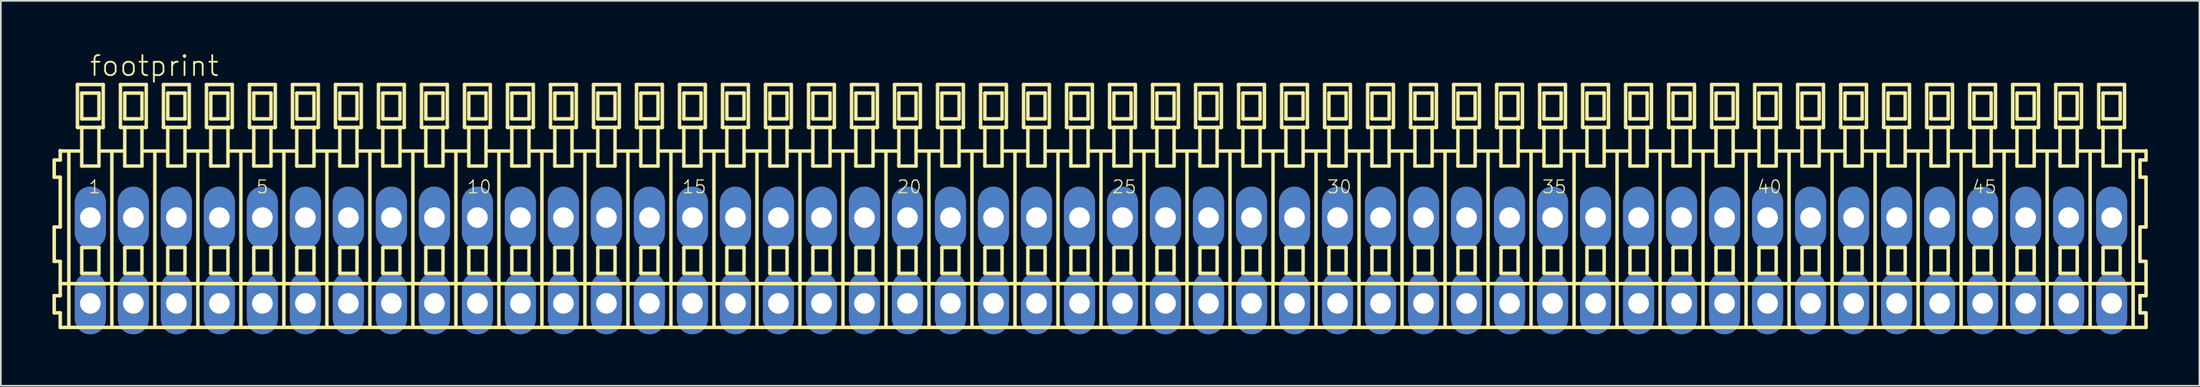
<source format=kicad_pcb>
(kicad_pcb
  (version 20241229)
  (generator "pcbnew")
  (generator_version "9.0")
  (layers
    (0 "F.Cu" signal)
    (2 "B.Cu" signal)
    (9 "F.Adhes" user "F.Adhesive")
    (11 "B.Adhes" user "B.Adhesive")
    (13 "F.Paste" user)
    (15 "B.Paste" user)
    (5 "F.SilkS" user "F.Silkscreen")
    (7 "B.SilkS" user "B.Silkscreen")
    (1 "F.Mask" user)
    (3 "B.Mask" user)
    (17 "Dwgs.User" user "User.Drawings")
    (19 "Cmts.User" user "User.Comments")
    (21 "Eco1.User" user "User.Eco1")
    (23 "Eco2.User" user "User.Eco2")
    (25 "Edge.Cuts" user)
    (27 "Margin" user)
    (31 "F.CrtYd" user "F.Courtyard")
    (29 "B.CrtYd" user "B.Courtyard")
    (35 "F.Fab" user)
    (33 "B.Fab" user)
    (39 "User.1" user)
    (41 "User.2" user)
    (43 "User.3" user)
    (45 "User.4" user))
  (footprint "footprint"
    (layer "F.Cu")
    (at 60.952 12.123)
    (property "Reference" "footprint" (at -58.85 -10.65 0) (layer "F.SilkS") (effects (font (size 1.168 1.168) (thickness 0.102)) (justify left bottom)))
    (fp_line (start -60.85 -5.85) (end -60.85 -4.85) (stroke (width 0.203) (type solid)) (layer "F.SilkS"))
    (fp_line (start -60.85 -4.85) (end -60.5 -4.85) (stroke (width 0.203) (type solid)) (layer "F.SilkS"))
    (fp_line (start -60.85 -1.95) (end -60.85 0.05) (stroke (width 0.203) (type solid)) (layer "F.SilkS"))
    (fp_line (start -60.85 0.05) (end -60.5 0.05) (stroke (width 0.203) (type solid)) (layer "F.SilkS"))
    (fp_line (start -60.85 2.05) (end -60.85 3.05) (stroke (width 0.203) (type solid)) (layer "F.SilkS"))
    (fp_line (start -60.85 3.05) (end -60.5 3.05) (stroke (width 0.203) (type solid)) (layer "F.SilkS"))
    (fp_line (start -60.5 -6.4) (end -60.5 -6.375) (stroke (width 0.203) (type solid)) (layer "F.SilkS"))
    (fp_line (start -60.5 -6.375) (end -60.5 -5.85) (stroke (width 0.203) (type solid)) (layer "F.SilkS"))
    (fp_line (start -60.5 -6.375) (end -59.375 -6.375) (stroke (width 0.203) (type solid)) (layer "F.SilkS"))
    (fp_line (start -60.5 -5.85) (end -60.85 -5.85) (stroke (width 0.203) (type solid)) (layer "F.SilkS"))
    (fp_line (start -60.5 -4.85) (end -60.5 -1.95) (stroke (width 0.203) (type solid)) (layer "F.SilkS"))
    (fp_line (start -60.5 -1.95) (end -60.85 -1.95) (stroke (width 0.203) (type solid)) (layer "F.SilkS"))
    (fp_line (start -60.5 0.05) (end -60.5 1.35) (stroke (width 0.203) (type solid)) (layer "F.SilkS"))
    (fp_line (start -60.5 1.35) (end -60.5 2.05) (stroke (width 0.203) (type solid)) (layer "F.SilkS"))
    (fp_line (start -60.5 1.35) (end 60.75 1.35) (stroke (width 0.203) (type solid)) (layer "F.SilkS"))
    (fp_line (start -60.5 2.05) (end -60.85 2.05) (stroke (width 0.203) (type solid)) (layer "F.SilkS"))
    (fp_line (start -60.5 3.05) (end -60.5 3.9) (stroke (width 0.203) (type solid)) (layer "F.SilkS"))
    (fp_line (start -60.5 3.9) (end 60.75 3.9) (stroke (width 0.203) (type solid)) (layer "F.SilkS"))
    (fp_line (start -60 -6.35) (end -60 3.8) (stroke (width 0.203) (type solid)) (layer "F.SilkS"))
    (fp_line (start -59.5 -10.25) (end -59.5 -7.75) (stroke (width 0.203) (type solid)) (layer "F.SilkS"))
    (fp_line (start -59.5 -7.75) (end -59.25 -7.75) (stroke (width 0.203) (type solid)) (layer "F.SilkS"))
    (fp_line (start -59.25 -9.75) (end -59.25 -8.25) (stroke (width 0.203) (type solid)) (layer "F.SilkS"))
    (fp_line (start -59.25 -8.25) (end -58.25 -8.25) (stroke (width 0.203) (type solid)) (layer "F.SilkS"))
    (fp_line (start -59.25 -7.75) (end -59.25 -5.5) (stroke (width 0.203) (type solid)) (layer "F.SilkS"))
    (fp_line (start -59.25 -7.75) (end -58.25 -7.75) (stroke (width 0.203) (type solid)) (layer "F.SilkS"))
    (fp_line (start -59.25 -5.5) (end -58.25 -5.5) (stroke (width 0.203) (type solid)) (layer "F.SilkS"))
    (fp_line (start -59.25 -0.75) (end -59.25 0.75) (stroke (width 0.203) (type solid)) (layer "F.SilkS"))
    (fp_line (start -59.25 0.75) (end -58.25 0.75) (stroke (width 0.203) (type solid)) (layer "F.SilkS"))
    (fp_line (start -58.25 -9.75) (end -59.25 -9.75) (stroke (width 0.203) (type solid)) (layer "F.SilkS"))
    (fp_line (start -58.25 -8.25) (end -58.25 -9.75) (stroke (width 0.203) (type solid)) (layer "F.SilkS"))
    (fp_line (start -58.25 -7.75) (end -58 -7.75) (stroke (width 0.203) (type solid)) (layer "F.SilkS"))
    (fp_line (start -58.25 -5.5) (end -58.25 -7.75) (stroke (width 0.203) (type solid)) (layer "F.SilkS"))
    (fp_line (start -58.25 -0.75) (end -59.25 -0.75) (stroke (width 0.203) (type solid)) (layer "F.SilkS"))
    (fp_line (start -58.25 0.75) (end -58.25 -0.75) (stroke (width 0.203) (type solid)) (layer "F.SilkS"))
    (fp_line (start -58.125 -6.375) (end -56.875 -6.375) (stroke (width 0.203) (type solid)) (layer "F.SilkS"))
    (fp_line (start -58 -10.25) (end -59.5 -10.25) (stroke (width 0.203) (type solid)) (layer "F.SilkS"))
    (fp_line (start -58 -7.75) (end -58 -10.25) (stroke (width 0.203) (type solid)) (layer "F.SilkS"))
    (fp_line (start -57.5 -6.35) (end -57.5 3.8) (stroke (width 0.203) (type solid)) (layer "F.SilkS"))
    (fp_line (start -57 -10.25) (end -57 -7.75) (stroke (width 0.203) (type solid)) (layer "F.SilkS"))
    (fp_line (start -57 -7.75) (end -56.75 -7.75) (stroke (width 0.203) (type solid)) (layer "F.SilkS"))
    (fp_line (start -56.75 -9.75) (end -56.75 -8.25) (stroke (width 0.203) (type solid)) (layer "F.SilkS"))
    (fp_line (start -56.75 -8.25) (end -55.75 -8.25) (stroke (width 0.203) (type solid)) (layer "F.SilkS"))
    (fp_line (start -56.75 -7.75) (end -56.75 -5.5) (stroke (width 0.203) (type solid)) (layer "F.SilkS"))
    (fp_line (start -56.75 -7.75) (end -55.75 -7.75) (stroke (width 0.203) (type solid)) (layer "F.SilkS"))
    (fp_line (start -56.75 -5.5) (end -55.75 -5.5) (stroke (width 0.203) (type solid)) (layer "F.SilkS"))
    (fp_line (start -56.75 -0.75) (end -56.75 0.75) (stroke (width 0.203) (type solid)) (layer "F.SilkS"))
    (fp_line (start -56.75 0.75) (end -55.75 0.75) (stroke (width 0.203) (type solid)) (layer "F.SilkS"))
    (fp_line (start -55.75 -9.75) (end -56.75 -9.75) (stroke (width 0.203) (type solid)) (layer "F.SilkS"))
    (fp_line (start -55.75 -8.25) (end -55.75 -9.75) (stroke (width 0.203) (type solid)) (layer "F.SilkS"))
    (fp_line (start -55.75 -7.75) (end -55.5 -7.75) (stroke (width 0.203) (type solid)) (layer "F.SilkS"))
    (fp_line (start -55.75 -5.5) (end -55.75 -7.75) (stroke (width 0.203) (type solid)) (layer "F.SilkS"))
    (fp_line (start -55.75 -0.75) (end -56.75 -0.75) (stroke (width 0.203) (type solid)) (layer "F.SilkS"))
    (fp_line (start -55.75 0.75) (end -55.75 -0.75) (stroke (width 0.203) (type solid)) (layer "F.SilkS"))
    (fp_line (start -55.625 -6.375) (end -54.375 -6.375) (stroke (width 0.203) (type solid)) (layer "F.SilkS"))
    (fp_line (start -55.5 -10.25) (end -57 -10.25) (stroke (width 0.203) (type solid)) (layer "F.SilkS"))
    (fp_line (start -55.5 -7.75) (end -55.5 -10.25) (stroke (width 0.203) (type solid)) (layer "F.SilkS"))
    (fp_line (start -55 -6.35) (end -55 3.8) (stroke (width 0.203) (type solid)) (layer "F.SilkS"))
    (fp_line (start -54.5 -10.25) (end -54.5 -7.75) (stroke (width 0.203) (type solid)) (layer "F.SilkS"))
    (fp_line (start -54.5 -7.75) (end -54.25 -7.75) (stroke (width 0.203) (type solid)) (layer "F.SilkS"))
    (fp_line (start -54.25 -9.75) (end -54.25 -8.25) (stroke (width 0.203) (type solid)) (layer "F.SilkS"))
    (fp_line (start -54.25 -8.25) (end -53.25 -8.25) (stroke (width 0.203) (type solid)) (layer "F.SilkS"))
    (fp_line (start -54.25 -7.75) (end -54.25 -5.5) (stroke (width 0.203) (type solid)) (layer "F.SilkS"))
    (fp_line (start -54.25 -7.75) (end -53.25 -7.75) (stroke (width 0.203) (type solid)) (layer "F.SilkS"))
    (fp_line (start -54.25 -5.5) (end -53.25 -5.5) (stroke (width 0.203) (type solid)) (layer "F.SilkS"))
    (fp_line (start -54.25 -0.75) (end -54.25 0.75) (stroke (width 0.203) (type solid)) (layer "F.SilkS"))
    (fp_line (start -54.25 0.75) (end -53.25 0.75) (stroke (width 0.203) (type solid)) (layer "F.SilkS"))
    (fp_line (start -53.25 -9.75) (end -54.25 -9.75) (stroke (width 0.203) (type solid)) (layer "F.SilkS"))
    (fp_line (start -53.25 -8.25) (end -53.25 -9.75) (stroke (width 0.203) (type solid)) (layer "F.SilkS"))
    (fp_line (start -53.25 -7.75) (end -53 -7.75) (stroke (width 0.203) (type solid)) (layer "F.SilkS"))
    (fp_line (start -53.25 -5.5) (end -53.25 -7.75) (stroke (width 0.203) (type solid)) (layer "F.SilkS"))
    (fp_line (start -53.25 -0.75) (end -54.25 -0.75) (stroke (width 0.203) (type solid)) (layer "F.SilkS"))
    (fp_line (start -53.25 0.75) (end -53.25 -0.75) (stroke (width 0.203) (type solid)) (layer "F.SilkS"))
    (fp_line (start -53.125 -6.375) (end -51.875 -6.375) (stroke (width 0.203) (type solid)) (layer "F.SilkS"))
    (fp_line (start -53 -10.25) (end -54.5 -10.25) (stroke (width 0.203) (type solid)) (layer "F.SilkS"))
    (fp_line (start -53 -7.75) (end -53 -10.25) (stroke (width 0.203) (type solid)) (layer "F.SilkS"))
    (fp_line (start -52.5 -6.35) (end -52.5 3.8) (stroke (width 0.203) (type solid)) (layer "F.SilkS"))
    (fp_line (start -52 -10.25) (end -52 -7.75) (stroke (width 0.203) (type solid)) (layer "F.SilkS"))
    (fp_line (start -52 -7.75) (end -51.75 -7.75) (stroke (width 0.203) (type solid)) (layer "F.SilkS"))
    (fp_line (start -51.75 -9.75) (end -51.75 -8.25) (stroke (width 0.203) (type solid)) (layer "F.SilkS"))
    (fp_line (start -51.75 -8.25) (end -50.75 -8.25) (stroke (width 0.203) (type solid)) (layer "F.SilkS"))
    (fp_line (start -51.75 -7.75) (end -51.75 -5.5) (stroke (width 0.203) (type solid)) (layer "F.SilkS"))
    (fp_line (start -51.75 -7.75) (end -50.75 -7.75) (stroke (width 0.203) (type solid)) (layer "F.SilkS"))
    (fp_line (start -51.75 -5.5) (end -50.75 -5.5) (stroke (width 0.203) (type solid)) (layer "F.SilkS"))
    (fp_line (start -51.75 -0.75) (end -51.75 0.75) (stroke (width 0.203) (type solid)) (layer "F.SilkS"))
    (fp_line (start -51.75 0.75) (end -50.75 0.75) (stroke (width 0.203) (type solid)) (layer "F.SilkS"))
    (fp_line (start -50.75 -9.75) (end -51.75 -9.75) (stroke (width 0.203) (type solid)) (layer "F.SilkS"))
    (fp_line (start -50.75 -8.25) (end -50.75 -9.75) (stroke (width 0.203) (type solid)) (layer "F.SilkS"))
    (fp_line (start -50.75 -7.75) (end -50.5 -7.75) (stroke (width 0.203) (type solid)) (layer "F.SilkS"))
    (fp_line (start -50.75 -5.5) (end -50.75 -7.75) (stroke (width 0.203) (type solid)) (layer "F.SilkS"))
    (fp_line (start -50.75 -0.75) (end -51.75 -0.75) (stroke (width 0.203) (type solid)) (layer "F.SilkS"))
    (fp_line (start -50.75 0.75) (end -50.75 -0.75) (stroke (width 0.203) (type solid)) (layer "F.SilkS"))
    (fp_line (start -50.625 -6.375) (end -49.375 -6.375) (stroke (width 0.203) (type solid)) (layer "F.SilkS"))
    (fp_line (start -50.5 -10.25) (end -52 -10.25) (stroke (width 0.203) (type solid)) (layer "F.SilkS"))
    (fp_line (start -50.5 -7.75) (end -50.5 -10.25) (stroke (width 0.203) (type solid)) (layer "F.SilkS"))
    (fp_line (start -50 -6.35) (end -50 3.8) (stroke (width 0.203) (type solid)) (layer "F.SilkS"))
    (fp_line (start -49.5 -10.25) (end -49.5 -7.75) (stroke (width 0.203) (type solid)) (layer "F.SilkS"))
    (fp_line (start -49.5 -7.75) (end -49.25 -7.75) (stroke (width 0.203) (type solid)) (layer "F.SilkS"))
    (fp_line (start -49.25 -9.75) (end -49.25 -8.25) (stroke (width 0.203) (type solid)) (layer "F.SilkS"))
    (fp_line (start -49.25 -8.25) (end -48.25 -8.25) (stroke (width 0.203) (type solid)) (layer "F.SilkS"))
    (fp_line (start -49.25 -7.75) (end -49.25 -5.5) (stroke (width 0.203) (type solid)) (layer "F.SilkS"))
    (fp_line (start -49.25 -7.75) (end -48.25 -7.75) (stroke (width 0.203) (type solid)) (layer "F.SilkS"))
    (fp_line (start -49.25 -5.5) (end -48.25 -5.5) (stroke (width 0.203) (type solid)) (layer "F.SilkS"))
    (fp_line (start -49.25 -0.75) (end -49.25 0.75) (stroke (width 0.203) (type solid)) (layer "F.SilkS"))
    (fp_line (start -49.25 0.75) (end -48.25 0.75) (stroke (width 0.203) (type solid)) (layer "F.SilkS"))
    (fp_line (start -48.25 -9.75) (end -49.25 -9.75) (stroke (width 0.203) (type solid)) (layer "F.SilkS"))
    (fp_line (start -48.25 -8.25) (end -48.25 -9.75) (stroke (width 0.203) (type solid)) (layer "F.SilkS"))
    (fp_line (start -48.25 -7.75) (end -48 -7.75) (stroke (width 0.203) (type solid)) (layer "F.SilkS"))
    (fp_line (start -48.25 -5.5) (end -48.25 -7.75) (stroke (width 0.203) (type solid)) (layer "F.SilkS"))
    (fp_line (start -48.25 -0.75) (end -49.25 -0.75) (stroke (width 0.203) (type solid)) (layer "F.SilkS"))
    (fp_line (start -48.25 0.75) (end -48.25 -0.75) (stroke (width 0.203) (type solid)) (layer "F.SilkS"))
    (fp_line (start -48.125 -6.375) (end -46.875 -6.375) (stroke (width 0.203) (type solid)) (layer "F.SilkS"))
    (fp_line (start -48 -10.25) (end -49.5 -10.25) (stroke (width 0.203) (type solid)) (layer "F.SilkS"))
    (fp_line (start -48 -7.75) (end -48 -10.25) (stroke (width 0.203) (type solid)) (layer "F.SilkS"))
    (fp_line (start -47.5 -6.35) (end -47.5 3.8) (stroke (width 0.203) (type solid)) (layer "F.SilkS"))
    (fp_line (start -47 -10.25) (end -47 -7.75) (stroke (width 0.203) (type solid)) (layer "F.SilkS"))
    (fp_line (start -47 -7.75) (end -46.75 -7.75) (stroke (width 0.203) (type solid)) (layer "F.SilkS"))
    (fp_line (start -46.75 -9.75) (end -46.75 -8.25) (stroke (width 0.203) (type solid)) (layer "F.SilkS"))
    (fp_line (start -46.75 -8.25) (end -45.75 -8.25) (stroke (width 0.203) (type solid)) (layer "F.SilkS"))
    (fp_line (start -46.75 -7.75) (end -46.75 -5.5) (stroke (width 0.203) (type solid)) (layer "F.SilkS"))
    (fp_line (start -46.75 -7.75) (end -45.75 -7.75) (stroke (width 0.203) (type solid)) (layer "F.SilkS"))
    (fp_line (start -46.75 -5.5) (end -45.75 -5.5) (stroke (width 0.203) (type solid)) (layer "F.SilkS"))
    (fp_line (start -46.75 -0.75) (end -46.75 0.75) (stroke (width 0.203) (type solid)) (layer "F.SilkS"))
    (fp_line (start -46.75 0.75) (end -45.75 0.75) (stroke (width 0.203) (type solid)) (layer "F.SilkS"))
    (fp_line (start -45.75 -9.75) (end -46.75 -9.75) (stroke (width 0.203) (type solid)) (layer "F.SilkS"))
    (fp_line (start -45.75 -8.25) (end -45.75 -9.75) (stroke (width 0.203) (type solid)) (layer "F.SilkS"))
    (fp_line (start -45.75 -7.75) (end -45.5 -7.75) (stroke (width 0.203) (type solid)) (layer "F.SilkS"))
    (fp_line (start -45.75 -5.5) (end -45.75 -7.75) (stroke (width 0.203) (type solid)) (layer "F.SilkS"))
    (fp_line (start -45.75 -0.75) (end -46.75 -0.75) (stroke (width 0.203) (type solid)) (layer "F.SilkS"))
    (fp_line (start -45.75 0.75) (end -45.75 -0.75) (stroke (width 0.203) (type solid)) (layer "F.SilkS"))
    (fp_line (start -45.625 -6.375) (end -44.375 -6.375) (stroke (width 0.203) (type solid)) (layer "F.SilkS"))
    (fp_line (start -45.5 -10.25) (end -47 -10.25) (stroke (width 0.203) (type solid)) (layer "F.SilkS"))
    (fp_line (start -45.5 -7.75) (end -45.5 -10.25) (stroke (width 0.203) (type solid)) (layer "F.SilkS"))
    (fp_line (start -45 -6.35) (end -45 3.8) (stroke (width 0.203) (type solid)) (layer "F.SilkS"))
    (fp_line (start -44.5 -10.25) (end -44.5 -7.75) (stroke (width 0.203) (type solid)) (layer "F.SilkS"))
    (fp_line (start -44.5 -7.75) (end -44.25 -7.75) (stroke (width 0.203) (type solid)) (layer "F.SilkS"))
    (fp_line (start -44.25 -9.75) (end -44.25 -8.25) (stroke (width 0.203) (type solid)) (layer "F.SilkS"))
    (fp_line (start -44.25 -8.25) (end -43.25 -8.25) (stroke (width 0.203) (type solid)) (layer "F.SilkS"))
    (fp_line (start -44.25 -7.75) (end -44.25 -5.5) (stroke (width 0.203) (type solid)) (layer "F.SilkS"))
    (fp_line (start -44.25 -7.75) (end -43.25 -7.75) (stroke (width 0.203) (type solid)) (layer "F.SilkS"))
    (fp_line (start -44.25 -5.5) (end -43.25 -5.5) (stroke (width 0.203) (type solid)) (layer "F.SilkS"))
    (fp_line (start -44.25 -0.75) (end -44.25 0.75) (stroke (width 0.203) (type solid)) (layer "F.SilkS"))
    (fp_line (start -44.25 0.75) (end -43.25 0.75) (stroke (width 0.203) (type solid)) (layer "F.SilkS"))
    (fp_line (start -43.25 -9.75) (end -44.25 -9.75) (stroke (width 0.203) (type solid)) (layer "F.SilkS"))
    (fp_line (start -43.25 -8.25) (end -43.25 -9.75) (stroke (width 0.203) (type solid)) (layer "F.SilkS"))
    (fp_line (start -43.25 -7.75) (end -43 -7.75) (stroke (width 0.203) (type solid)) (layer "F.SilkS"))
    (fp_line (start -43.25 -5.5) (end -43.25 -7.75) (stroke (width 0.203) (type solid)) (layer "F.SilkS"))
    (fp_line (start -43.25 -0.75) (end -44.25 -0.75) (stroke (width 0.203) (type solid)) (layer "F.SilkS"))
    (fp_line (start -43.25 0.75) (end -43.25 -0.75) (stroke (width 0.203) (type solid)) (layer "F.SilkS"))
    (fp_line (start -43.125 -6.375) (end -41.875 -6.375) (stroke (width 0.203) (type solid)) (layer "F.SilkS"))
    (fp_line (start -43 -10.25) (end -44.5 -10.25) (stroke (width 0.203) (type solid)) (layer "F.SilkS"))
    (fp_line (start -43 -7.75) (end -43 -10.25) (stroke (width 0.203) (type solid)) (layer "F.SilkS"))
    (fp_line (start -42.5 -6.35) (end -42.5 3.8) (stroke (width 0.203) (type solid)) (layer "F.SilkS"))
    (fp_line (start -42 -10.25) (end -42 -7.75) (stroke (width 0.203) (type solid)) (layer "F.SilkS"))
    (fp_line (start -42 -7.75) (end -41.75 -7.75) (stroke (width 0.203) (type solid)) (layer "F.SilkS"))
    (fp_line (start -41.75 -9.75) (end -41.75 -8.25) (stroke (width 0.203) (type solid)) (layer "F.SilkS"))
    (fp_line (start -41.75 -8.25) (end -40.75 -8.25) (stroke (width 0.203) (type solid)) (layer "F.SilkS"))
    (fp_line (start -41.75 -7.75) (end -41.75 -5.5) (stroke (width 0.203) (type solid)) (layer "F.SilkS"))
    (fp_line (start -41.75 -7.75) (end -40.75 -7.75) (stroke (width 0.203) (type solid)) (layer "F.SilkS"))
    (fp_line (start -41.75 -5.5) (end -40.75 -5.5) (stroke (width 0.203) (type solid)) (layer "F.SilkS"))
    (fp_line (start -41.75 -0.75) (end -41.75 0.75) (stroke (width 0.203) (type solid)) (layer "F.SilkS"))
    (fp_line (start -41.75 0.75) (end -40.75 0.75) (stroke (width 0.203) (type solid)) (layer "F.SilkS"))
    (fp_line (start -40.75 -9.75) (end -41.75 -9.75) (stroke (width 0.203) (type solid)) (layer "F.SilkS"))
    (fp_line (start -40.75 -8.25) (end -40.75 -9.75) (stroke (width 0.203) (type solid)) (layer "F.SilkS"))
    (fp_line (start -40.75 -7.75) (end -40.5 -7.75) (stroke (width 0.203) (type solid)) (layer "F.SilkS"))
    (fp_line (start -40.75 -5.5) (end -40.75 -7.75) (stroke (width 0.203) (type solid)) (layer "F.SilkS"))
    (fp_line (start -40.75 -0.75) (end -41.75 -0.75) (stroke (width 0.203) (type solid)) (layer "F.SilkS"))
    (fp_line (start -40.75 0.75) (end -40.75 -0.75) (stroke (width 0.203) (type solid)) (layer "F.SilkS"))
    (fp_line (start -40.625 -6.375) (end -39.375 -6.375) (stroke (width 0.203) (type solid)) (layer "F.SilkS"))
    (fp_line (start -40.5 -10.25) (end -42 -10.25) (stroke (width 0.203) (type solid)) (layer "F.SilkS"))
    (fp_line (start -40.5 -7.75) (end -40.5 -10.25) (stroke (width 0.203) (type solid)) (layer "F.SilkS"))
    (fp_line (start -40 -6.35) (end -40 3.8) (stroke (width 0.203) (type solid)) (layer "F.SilkS"))
    (fp_line (start -39.5 -10.25) (end -39.5 -7.75) (stroke (width 0.203) (type solid)) (layer "F.SilkS"))
    (fp_line (start -39.5 -7.75) (end -39.25 -7.75) (stroke (width 0.203) (type solid)) (layer "F.SilkS"))
    (fp_line (start -39.25 -9.75) (end -39.25 -8.25) (stroke (width 0.203) (type solid)) (layer "F.SilkS"))
    (fp_line (start -39.25 -8.25) (end -38.25 -8.25) (stroke (width 0.203) (type solid)) (layer "F.SilkS"))
    (fp_line (start -39.25 -7.75) (end -39.25 -5.5) (stroke (width 0.203) (type solid)) (layer "F.SilkS"))
    (fp_line (start -39.25 -7.75) (end -38.25 -7.75) (stroke (width 0.203) (type solid)) (layer "F.SilkS"))
    (fp_line (start -39.25 -5.5) (end -38.25 -5.5) (stroke (width 0.203) (type solid)) (layer "F.SilkS"))
    (fp_line (start -39.25 -0.75) (end -39.25 0.75) (stroke (width 0.203) (type solid)) (layer "F.SilkS"))
    (fp_line (start -39.25 0.75) (end -38.25 0.75) (stroke (width 0.203) (type solid)) (layer "F.SilkS"))
    (fp_line (start -38.25 -9.75) (end -39.25 -9.75) (stroke (width 0.203) (type solid)) (layer "F.SilkS"))
    (fp_line (start -38.25 -8.25) (end -38.25 -9.75) (stroke (width 0.203) (type solid)) (layer "F.SilkS"))
    (fp_line (start -38.25 -7.75) (end -38 -7.75) (stroke (width 0.203) (type solid)) (layer "F.SilkS"))
    (fp_line (start -38.25 -5.5) (end -38.25 -7.75) (stroke (width 0.203) (type solid)) (layer "F.SilkS"))
    (fp_line (start -38.25 -0.75) (end -39.25 -0.75) (stroke (width 0.203) (type solid)) (layer "F.SilkS"))
    (fp_line (start -38.25 0.75) (end -38.25 -0.75) (stroke (width 0.203) (type solid)) (layer "F.SilkS"))
    (fp_line (start -38.125 -6.375) (end -36.875 -6.375) (stroke (width 0.203) (type solid)) (layer "F.SilkS"))
    (fp_line (start -38 -10.25) (end -39.5 -10.25) (stroke (width 0.203) (type solid)) (layer "F.SilkS"))
    (fp_line (start -38 -7.75) (end -38 -10.25) (stroke (width 0.203) (type solid)) (layer "F.SilkS"))
    (fp_line (start -37.5 -6.35) (end -37.5 3.8) (stroke (width 0.203) (type solid)) (layer "F.SilkS"))
    (fp_line (start -37 -10.25) (end -37 -7.75) (stroke (width 0.203) (type solid)) (layer "F.SilkS"))
    (fp_line (start -37 -7.75) (end -36.75 -7.75) (stroke (width 0.203) (type solid)) (layer "F.SilkS"))
    (fp_line (start -36.75 -9.75) (end -36.75 -8.25) (stroke (width 0.203) (type solid)) (layer "F.SilkS"))
    (fp_line (start -36.75 -8.25) (end -35.75 -8.25) (stroke (width 0.203) (type solid)) (layer "F.SilkS"))
    (fp_line (start -36.75 -7.75) (end -36.75 -5.5) (stroke (width 0.203) (type solid)) (layer "F.SilkS"))
    (fp_line (start -36.75 -7.75) (end -35.75 -7.75) (stroke (width 0.203) (type solid)) (layer "F.SilkS"))
    (fp_line (start -36.75 -5.5) (end -35.75 -5.5) (stroke (width 0.203) (type solid)) (layer "F.SilkS"))
    (fp_line (start -36.75 -0.75) (end -36.75 0.75) (stroke (width 0.203) (type solid)) (layer "F.SilkS"))
    (fp_line (start -36.75 0.75) (end -35.75 0.75) (stroke (width 0.203) (type solid)) (layer "F.SilkS"))
    (fp_line (start -35.75 -9.75) (end -36.75 -9.75) (stroke (width 0.203) (type solid)) (layer "F.SilkS"))
    (fp_line (start -35.75 -8.25) (end -35.75 -9.75) (stroke (width 0.203) (type solid)) (layer "F.SilkS"))
    (fp_line (start -35.75 -7.75) (end -35.5 -7.75) (stroke (width 0.203) (type solid)) (layer "F.SilkS"))
    (fp_line (start -35.75 -5.5) (end -35.75 -7.75) (stroke (width 0.203) (type solid)) (layer "F.SilkS"))
    (fp_line (start -35.75 -0.75) (end -36.75 -0.75) (stroke (width 0.203) (type solid)) (layer "F.SilkS"))
    (fp_line (start -35.75 0.75) (end -35.75 -0.75) (stroke (width 0.203) (type solid)) (layer "F.SilkS"))
    (fp_line (start -35.625 -6.375) (end -34.375 -6.375) (stroke (width 0.203) (type solid)) (layer "F.SilkS"))
    (fp_line (start -35.5 -10.25) (end -37 -10.25) (stroke (width 0.203) (type solid)) (layer "F.SilkS"))
    (fp_line (start -35.5 -7.75) (end -35.5 -10.25) (stroke (width 0.203) (type solid)) (layer "F.SilkS"))
    (fp_line (start -35 -6.35) (end -35 3.8) (stroke (width 0.203) (type solid)) (layer "F.SilkS"))
    (fp_line (start -34.5 -10.25) (end -34.5 -7.75) (stroke (width 0.203) (type solid)) (layer "F.SilkS"))
    (fp_line (start -34.5 -7.75) (end -34.25 -7.75) (stroke (width 0.203) (type solid)) (layer "F.SilkS"))
    (fp_line (start -34.25 -9.75) (end -34.25 -8.25) (stroke (width 0.203) (type solid)) (layer "F.SilkS"))
    (fp_line (start -34.25 -8.25) (end -33.25 -8.25) (stroke (width 0.203) (type solid)) (layer "F.SilkS"))
    (fp_line (start -34.25 -7.75) (end -34.25 -5.5) (stroke (width 0.203) (type solid)) (layer "F.SilkS"))
    (fp_line (start -34.25 -7.75) (end -33.25 -7.75) (stroke (width 0.203) (type solid)) (layer "F.SilkS"))
    (fp_line (start -34.25 -5.5) (end -33.25 -5.5) (stroke (width 0.203) (type solid)) (layer "F.SilkS"))
    (fp_line (start -34.25 -0.75) (end -34.25 0.75) (stroke (width 0.203) (type solid)) (layer "F.SilkS"))
    (fp_line (start -34.25 0.75) (end -33.25 0.75) (stroke (width 0.203) (type solid)) (layer "F.SilkS"))
    (fp_line (start -33.25 -9.75) (end -34.25 -9.75) (stroke (width 0.203) (type solid)) (layer "F.SilkS"))
    (fp_line (start -33.25 -8.25) (end -33.25 -9.75) (stroke (width 0.203) (type solid)) (layer "F.SilkS"))
    (fp_line (start -33.25 -7.75) (end -33 -7.75) (stroke (width 0.203) (type solid)) (layer "F.SilkS"))
    (fp_line (start -33.25 -5.5) (end -33.25 -7.75) (stroke (width 0.203) (type solid)) (layer "F.SilkS"))
    (fp_line (start -33.25 -0.75) (end -34.25 -0.75) (stroke (width 0.203) (type solid)) (layer "F.SilkS"))
    (fp_line (start -33.25 0.75) (end -33.25 -0.75) (stroke (width 0.203) (type solid)) (layer "F.SilkS"))
    (fp_line (start -33.125 -6.375) (end -31.875 -6.375) (stroke (width 0.203) (type solid)) (layer "F.SilkS"))
    (fp_line (start -33 -10.25) (end -34.5 -10.25) (stroke (width 0.203) (type solid)) (layer "F.SilkS"))
    (fp_line (start -33 -7.75) (end -33 -10.25) (stroke (width 0.203) (type solid)) (layer "F.SilkS"))
    (fp_line (start -32.5 -6.35) (end -32.5 3.8) (stroke (width 0.203) (type solid)) (layer "F.SilkS"))
    (fp_line (start -32 -10.25) (end -32 -7.75) (stroke (width 0.203) (type solid)) (layer "F.SilkS"))
    (fp_line (start -32 -7.75) (end -31.75 -7.75) (stroke (width 0.203) (type solid)) (layer "F.SilkS"))
    (fp_line (start -31.75 -9.75) (end -31.75 -8.25) (stroke (width 0.203) (type solid)) (layer "F.SilkS"))
    (fp_line (start -31.75 -8.25) (end -30.75 -8.25) (stroke (width 0.203) (type solid)) (layer "F.SilkS"))
    (fp_line (start -31.75 -7.75) (end -31.75 -5.5) (stroke (width 0.203) (type solid)) (layer "F.SilkS"))
    (fp_line (start -31.75 -7.75) (end -30.75 -7.75) (stroke (width 0.203) (type solid)) (layer "F.SilkS"))
    (fp_line (start -31.75 -5.5) (end -30.75 -5.5) (stroke (width 0.203) (type solid)) (layer "F.SilkS"))
    (fp_line (start -31.75 -0.75) (end -31.75 0.75) (stroke (width 0.203) (type solid)) (layer "F.SilkS"))
    (fp_line (start -31.75 0.75) (end -30.75 0.75) (stroke (width 0.203) (type solid)) (layer "F.SilkS"))
    (fp_line (start -30.75 -9.75) (end -31.75 -9.75) (stroke (width 0.203) (type solid)) (layer "F.SilkS"))
    (fp_line (start -30.75 -8.25) (end -30.75 -9.75) (stroke (width 0.203) (type solid)) (layer "F.SilkS"))
    (fp_line (start -30.75 -7.75) (end -30.5 -7.75) (stroke (width 0.203) (type solid)) (layer "F.SilkS"))
    (fp_line (start -30.75 -5.5) (end -30.75 -7.75) (stroke (width 0.203) (type solid)) (layer "F.SilkS"))
    (fp_line (start -30.75 -0.75) (end -31.75 -0.75) (stroke (width 0.203) (type solid)) (layer "F.SilkS"))
    (fp_line (start -30.75 0.75) (end -30.75 -0.75) (stroke (width 0.203) (type solid)) (layer "F.SilkS"))
    (fp_line (start -30.625 -6.375) (end -29.375 -6.375) (stroke (width 0.203) (type solid)) (layer "F.SilkS"))
    (fp_line (start -30.5 -10.25) (end -32 -10.25) (stroke (width 0.203) (type solid)) (layer "F.SilkS"))
    (fp_line (start -30.5 -7.75) (end -30.5 -10.25) (stroke (width 0.203) (type solid)) (layer "F.SilkS"))
    (fp_line (start -30 -6.35) (end -30 3.8) (stroke (width 0.203) (type solid)) (layer "F.SilkS"))
    (fp_line (start -29.5 -10.25) (end -29.5 -7.75) (stroke (width 0.203) (type solid)) (layer "F.SilkS"))
    (fp_line (start -29.5 -7.75) (end -29.25 -7.75) (stroke (width 0.203) (type solid)) (layer "F.SilkS"))
    (fp_line (start -29.25 -9.75) (end -29.25 -8.25) (stroke (width 0.203) (type solid)) (layer "F.SilkS"))
    (fp_line (start -29.25 -8.25) (end -28.25 -8.25) (stroke (width 0.203) (type solid)) (layer "F.SilkS"))
    (fp_line (start -29.25 -7.75) (end -29.25 -5.5) (stroke (width 0.203) (type solid)) (layer "F.SilkS"))
    (fp_line (start -29.25 -7.75) (end -28.25 -7.75) (stroke (width 0.203) (type solid)) (layer "F.SilkS"))
    (fp_line (start -29.25 -5.5) (end -28.25 -5.5) (stroke (width 0.203) (type solid)) (layer "F.SilkS"))
    (fp_line (start -29.25 -0.75) (end -29.25 0.75) (stroke (width 0.203) (type solid)) (layer "F.SilkS"))
    (fp_line (start -29.25 0.75) (end -28.25 0.75) (stroke (width 0.203) (type solid)) (layer "F.SilkS"))
    (fp_line (start -28.25 -9.75) (end -29.25 -9.75) (stroke (width 0.203) (type solid)) (layer "F.SilkS"))
    (fp_line (start -28.25 -8.25) (end -28.25 -9.75) (stroke (width 0.203) (type solid)) (layer "F.SilkS"))
    (fp_line (start -28.25 -7.75) (end -28 -7.75) (stroke (width 0.203) (type solid)) (layer "F.SilkS"))
    (fp_line (start -28.25 -5.5) (end -28.25 -7.75) (stroke (width 0.203) (type solid)) (layer "F.SilkS"))
    (fp_line (start -28.25 -0.75) (end -29.25 -0.75) (stroke (width 0.203) (type solid)) (layer "F.SilkS"))
    (fp_line (start -28.25 0.75) (end -28.25 -0.75) (stroke (width 0.203) (type solid)) (layer "F.SilkS"))
    (fp_line (start -28.125 -6.375) (end -26.875 -6.375) (stroke (width 0.203) (type solid)) (layer "F.SilkS"))
    (fp_line (start -28 -10.25) (end -29.5 -10.25) (stroke (width 0.203) (type solid)) (layer "F.SilkS"))
    (fp_line (start -28 -7.75) (end -28 -10.25) (stroke (width 0.203) (type solid)) (layer "F.SilkS"))
    (fp_line (start -27.5 -6.35) (end -27.5 3.8) (stroke (width 0.203) (type solid)) (layer "F.SilkS"))
    (fp_line (start -27 -10.25) (end -27 -7.75) (stroke (width 0.203) (type solid)) (layer "F.SilkS"))
    (fp_line (start -27 -7.75) (end -26.75 -7.75) (stroke (width 0.203) (type solid)) (layer "F.SilkS"))
    (fp_line (start -26.75 -9.75) (end -26.75 -8.25) (stroke (width 0.203) (type solid)) (layer "F.SilkS"))
    (fp_line (start -26.75 -8.25) (end -25.75 -8.25) (stroke (width 0.203) (type solid)) (layer "F.SilkS"))
    (fp_line (start -26.75 -7.75) (end -26.75 -5.5) (stroke (width 0.203) (type solid)) (layer "F.SilkS"))
    (fp_line (start -26.75 -7.75) (end -25.75 -7.75) (stroke (width 0.203) (type solid)) (layer "F.SilkS"))
    (fp_line (start -26.75 -5.5) (end -25.75 -5.5) (stroke (width 0.203) (type solid)) (layer "F.SilkS"))
    (fp_line (start -26.75 -0.75) (end -26.75 0.75) (stroke (width 0.203) (type solid)) (layer "F.SilkS"))
    (fp_line (start -26.75 0.75) (end -25.75 0.75) (stroke (width 0.203) (type solid)) (layer "F.SilkS"))
    (fp_line (start -25.75 -9.75) (end -26.75 -9.75) (stroke (width 0.203) (type solid)) (layer "F.SilkS"))
    (fp_line (start -25.75 -8.25) (end -25.75 -9.75) (stroke (width 0.203) (type solid)) (layer "F.SilkS"))
    (fp_line (start -25.75 -7.75) (end -25.5 -7.75) (stroke (width 0.203) (type solid)) (layer "F.SilkS"))
    (fp_line (start -25.75 -5.5) (end -25.75 -7.75) (stroke (width 0.203) (type solid)) (layer "F.SilkS"))
    (fp_line (start -25.75 -0.75) (end -26.75 -0.75) (stroke (width 0.203) (type solid)) (layer "F.SilkS"))
    (fp_line (start -25.75 0.75) (end -25.75 -0.75) (stroke (width 0.203) (type solid)) (layer "F.SilkS"))
    (fp_line (start -25.625 -6.375) (end -24.375 -6.375) (stroke (width 0.203) (type solid)) (layer "F.SilkS"))
    (fp_line (start -25.5 -10.25) (end -27 -10.25) (stroke (width 0.203) (type solid)) (layer "F.SilkS"))
    (fp_line (start -25.5 -7.75) (end -25.5 -10.25) (stroke (width 0.203) (type solid)) (layer "F.SilkS"))
    (fp_line (start -25 -6.35) (end -25 3.8) (stroke (width 0.203) (type solid)) (layer "F.SilkS"))
    (fp_line (start -24.5 -10.25) (end -24.5 -7.75) (stroke (width 0.203) (type solid)) (layer "F.SilkS"))
    (fp_line (start -24.5 -7.75) (end -24.25 -7.75) (stroke (width 0.203) (type solid)) (layer "F.SilkS"))
    (fp_line (start -24.25 -9.75) (end -24.25 -8.25) (stroke (width 0.203) (type solid)) (layer "F.SilkS"))
    (fp_line (start -24.25 -8.25) (end -23.25 -8.25) (stroke (width 0.203) (type solid)) (layer "F.SilkS"))
    (fp_line (start -24.25 -7.75) (end -24.25 -5.5) (stroke (width 0.203) (type solid)) (layer "F.SilkS"))
    (fp_line (start -24.25 -7.75) (end -23.25 -7.75) (stroke (width 0.203) (type solid)) (layer "F.SilkS"))
    (fp_line (start -24.25 -5.5) (end -23.25 -5.5) (stroke (width 0.203) (type solid)) (layer "F.SilkS"))
    (fp_line (start -24.25 -0.75) (end -24.25 0.75) (stroke (width 0.203) (type solid)) (layer "F.SilkS"))
    (fp_line (start -24.25 0.75) (end -23.25 0.75) (stroke (width 0.203) (type solid)) (layer "F.SilkS"))
    (fp_line (start -23.25 -9.75) (end -24.25 -9.75) (stroke (width 0.203) (type solid)) (layer "F.SilkS"))
    (fp_line (start -23.25 -8.25) (end -23.25 -9.75) (stroke (width 0.203) (type solid)) (layer "F.SilkS"))
    (fp_line (start -23.25 -7.75) (end -23 -7.75) (stroke (width 0.203) (type solid)) (layer "F.SilkS"))
    (fp_line (start -23.25 -5.5) (end -23.25 -7.75) (stroke (width 0.203) (type solid)) (layer "F.SilkS"))
    (fp_line (start -23.25 -0.75) (end -24.25 -0.75) (stroke (width 0.203) (type solid)) (layer "F.SilkS"))
    (fp_line (start -23.25 0.75) (end -23.25 -0.75) (stroke (width 0.203) (type solid)) (layer "F.SilkS"))
    (fp_line (start -23.125 -6.375) (end -21.875 -6.375) (stroke (width 0.203) (type solid)) (layer "F.SilkS"))
    (fp_line (start -23 -10.25) (end -24.5 -10.25) (stroke (width 0.203) (type solid)) (layer "F.SilkS"))
    (fp_line (start -23 -7.75) (end -23 -10.25) (stroke (width 0.203) (type solid)) (layer "F.SilkS"))
    (fp_line (start -22.5 -6.35) (end -22.5 3.8) (stroke (width 0.203) (type solid)) (layer "F.SilkS"))
    (fp_line (start -22 -10.25) (end -22 -7.75) (stroke (width 0.203) (type solid)) (layer "F.SilkS"))
    (fp_line (start -22 -7.75) (end -21.75 -7.75) (stroke (width 0.203) (type solid)) (layer "F.SilkS"))
    (fp_line (start -21.75 -9.75) (end -21.75 -8.25) (stroke (width 0.203) (type solid)) (layer "F.SilkS"))
    (fp_line (start -21.75 -8.25) (end -20.75 -8.25) (stroke (width 0.203) (type solid)) (layer "F.SilkS"))
    (fp_line (start -21.75 -7.75) (end -21.75 -5.5) (stroke (width 0.203) (type solid)) (layer "F.SilkS"))
    (fp_line (start -21.75 -7.75) (end -20.75 -7.75) (stroke (width 0.203) (type solid)) (layer "F.SilkS"))
    (fp_line (start -21.75 -5.5) (end -20.75 -5.5) (stroke (width 0.203) (type solid)) (layer "F.SilkS"))
    (fp_line (start -21.75 -0.75) (end -21.75 0.75) (stroke (width 0.203) (type solid)) (layer "F.SilkS"))
    (fp_line (start -21.75 0.75) (end -20.75 0.75) (stroke (width 0.203) (type solid)) (layer "F.SilkS"))
    (fp_line (start -20.75 -9.75) (end -21.75 -9.75) (stroke (width 0.203) (type solid)) (layer "F.SilkS"))
    (fp_line (start -20.75 -8.25) (end -20.75 -9.75) (stroke (width 0.203) (type solid)) (layer "F.SilkS"))
    (fp_line (start -20.75 -7.75) (end -20.5 -7.75) (stroke (width 0.203) (type solid)) (layer "F.SilkS"))
    (fp_line (start -20.75 -5.5) (end -20.75 -7.75) (stroke (width 0.203) (type solid)) (layer "F.SilkS"))
    (fp_line (start -20.75 -0.75) (end -21.75 -0.75) (stroke (width 0.203) (type solid)) (layer "F.SilkS"))
    (fp_line (start -20.75 0.75) (end -20.75 -0.75) (stroke (width 0.203) (type solid)) (layer "F.SilkS"))
    (fp_line (start -20.625 -6.375) (end -19.375 -6.375) (stroke (width 0.203) (type solid)) (layer "F.SilkS"))
    (fp_line (start -20.5 -10.25) (end -22 -10.25) (stroke (width 0.203) (type solid)) (layer "F.SilkS"))
    (fp_line (start -20.5 -7.75) (end -20.5 -10.25) (stroke (width 0.203) (type solid)) (layer "F.SilkS"))
    (fp_line (start -20 -6.35) (end -20 3.8) (stroke (width 0.203) (type solid)) (layer "F.SilkS"))
    (fp_line (start -19.5 -10.25) (end -19.5 -7.75) (stroke (width 0.203) (type solid)) (layer "F.SilkS"))
    (fp_line (start -19.5 -7.75) (end -19.25 -7.75) (stroke (width 0.203) (type solid)) (layer "F.SilkS"))
    (fp_line (start -19.25 -9.75) (end -19.25 -8.25) (stroke (width 0.203) (type solid)) (layer "F.SilkS"))
    (fp_line (start -19.25 -8.25) (end -18.25 -8.25) (stroke (width 0.203) (type solid)) (layer "F.SilkS"))
    (fp_line (start -19.25 -7.75) (end -19.25 -5.5) (stroke (width 0.203) (type solid)) (layer "F.SilkS"))
    (fp_line (start -19.25 -7.75) (end -18.25 -7.75) (stroke (width 0.203) (type solid)) (layer "F.SilkS"))
    (fp_line (start -19.25 -5.5) (end -18.25 -5.5) (stroke (width 0.203) (type solid)) (layer "F.SilkS"))
    (fp_line (start -19.25 -0.75) (end -19.25 0.75) (stroke (width 0.203) (type solid)) (layer "F.SilkS"))
    (fp_line (start -19.25 0.75) (end -18.25 0.75) (stroke (width 0.203) (type solid)) (layer "F.SilkS"))
    (fp_line (start -18.25 -9.75) (end -19.25 -9.75) (stroke (width 0.203) (type solid)) (layer "F.SilkS"))
    (fp_line (start -18.25 -8.25) (end -18.25 -9.75) (stroke (width 0.203) (type solid)) (layer "F.SilkS"))
    (fp_line (start -18.25 -7.75) (end -18 -7.75) (stroke (width 0.203) (type solid)) (layer "F.SilkS"))
    (fp_line (start -18.25 -5.5) (end -18.25 -7.75) (stroke (width 0.203) (type solid)) (layer "F.SilkS"))
    (fp_line (start -18.25 -0.75) (end -19.25 -0.75) (stroke (width 0.203) (type solid)) (layer "F.SilkS"))
    (fp_line (start -18.25 0.75) (end -18.25 -0.75) (stroke (width 0.203) (type solid)) (layer "F.SilkS"))
    (fp_line (start -18.125 -6.375) (end -16.875 -6.375) (stroke (width 0.203) (type solid)) (layer "F.SilkS"))
    (fp_line (start -18 -10.25) (end -19.5 -10.25) (stroke (width 0.203) (type solid)) (layer "F.SilkS"))
    (fp_line (start -18 -7.75) (end -18 -10.25) (stroke (width 0.203) (type solid)) (layer "F.SilkS"))
    (fp_line (start -17.5 -6.35) (end -17.5 3.8) (stroke (width 0.203) (type solid)) (layer "F.SilkS"))
    (fp_line (start -17 -10.25) (end -17 -7.75) (stroke (width 0.203) (type solid)) (layer "F.SilkS"))
    (fp_line (start -17 -7.75) (end -16.75 -7.75) (stroke (width 0.203) (type solid)) (layer "F.SilkS"))
    (fp_line (start -16.75 -9.75) (end -16.75 -8.25) (stroke (width 0.203) (type solid)) (layer "F.SilkS"))
    (fp_line (start -16.75 -8.25) (end -15.75 -8.25) (stroke (width 0.203) (type solid)) (layer "F.SilkS"))
    (fp_line (start -16.75 -7.75) (end -16.75 -5.5) (stroke (width 0.203) (type solid)) (layer "F.SilkS"))
    (fp_line (start -16.75 -7.75) (end -15.75 -7.75) (stroke (width 0.203) (type solid)) (layer "F.SilkS"))
    (fp_line (start -16.75 -5.5) (end -15.75 -5.5) (stroke (width 0.203) (type solid)) (layer "F.SilkS"))
    (fp_line (start -16.75 -0.75) (end -16.75 0.75) (stroke (width 0.203) (type solid)) (layer "F.SilkS"))
    (fp_line (start -16.75 0.75) (end -15.75 0.75) (stroke (width 0.203) (type solid)) (layer "F.SilkS"))
    (fp_line (start -15.75 -9.75) (end -16.75 -9.75) (stroke (width 0.203) (type solid)) (layer "F.SilkS"))
    (fp_line (start -15.75 -8.25) (end -15.75 -9.75) (stroke (width 0.203) (type solid)) (layer "F.SilkS"))
    (fp_line (start -15.75 -7.75) (end -15.5 -7.75) (stroke (width 0.203) (type solid)) (layer "F.SilkS"))
    (fp_line (start -15.75 -5.5) (end -15.75 -7.75) (stroke (width 0.203) (type solid)) (layer "F.SilkS"))
    (fp_line (start -15.75 -0.75) (end -16.75 -0.75) (stroke (width 0.203) (type solid)) (layer "F.SilkS"))
    (fp_line (start -15.75 0.75) (end -15.75 -0.75) (stroke (width 0.203) (type solid)) (layer "F.SilkS"))
    (fp_line (start -15.625 -6.375) (end -14.375 -6.375) (stroke (width 0.203) (type solid)) (layer "F.SilkS"))
    (fp_line (start -15.5 -10.25) (end -17 -10.25) (stroke (width 0.203) (type solid)) (layer "F.SilkS"))
    (fp_line (start -15.5 -7.75) (end -15.5 -10.25) (stroke (width 0.203) (type solid)) (layer "F.SilkS"))
    (fp_line (start -15 -6.35) (end -15 3.8) (stroke (width 0.203) (type solid)) (layer "F.SilkS"))
    (fp_line (start -14.5 -10.25) (end -14.5 -7.75) (stroke (width 0.203) (type solid)) (layer "F.SilkS"))
    (fp_line (start -14.5 -7.75) (end -14.25 -7.75) (stroke (width 0.203) (type solid)) (layer "F.SilkS"))
    (fp_line (start -14.25 -9.75) (end -14.25 -8.25) (stroke (width 0.203) (type solid)) (layer "F.SilkS"))
    (fp_line (start -14.25 -8.25) (end -13.25 -8.25) (stroke (width 0.203) (type solid)) (layer "F.SilkS"))
    (fp_line (start -14.25 -7.75) (end -14.25 -5.5) (stroke (width 0.203) (type solid)) (layer "F.SilkS"))
    (fp_line (start -14.25 -7.75) (end -13.25 -7.75) (stroke (width 0.203) (type solid)) (layer "F.SilkS"))
    (fp_line (start -14.25 -5.5) (end -13.25 -5.5) (stroke (width 0.203) (type solid)) (layer "F.SilkS"))
    (fp_line (start -14.25 -0.75) (end -14.25 0.75) (stroke (width 0.203) (type solid)) (layer "F.SilkS"))
    (fp_line (start -14.25 0.75) (end -13.25 0.75) (stroke (width 0.203) (type solid)) (layer "F.SilkS"))
    (fp_line (start -13.25 -9.75) (end -14.25 -9.75) (stroke (width 0.203) (type solid)) (layer "F.SilkS"))
    (fp_line (start -13.25 -8.25) (end -13.25 -9.75) (stroke (width 0.203) (type solid)) (layer "F.SilkS"))
    (fp_line (start -13.25 -7.75) (end -13 -7.75) (stroke (width 0.203) (type solid)) (layer "F.SilkS"))
    (fp_line (start -13.25 -5.5) (end -13.25 -7.75) (stroke (width 0.203) (type solid)) (layer "F.SilkS"))
    (fp_line (start -13.25 -0.75) (end -14.25 -0.75) (stroke (width 0.203) (type solid)) (layer "F.SilkS"))
    (fp_line (start -13.25 0.75) (end -13.25 -0.75) (stroke (width 0.203) (type solid)) (layer "F.SilkS"))
    (fp_line (start -13.125 -6.375) (end -11.875 -6.375) (stroke (width 0.203) (type solid)) (layer "F.SilkS"))
    (fp_line (start -13 -10.25) (end -14.5 -10.25) (stroke (width 0.203) (type solid)) (layer "F.SilkS"))
    (fp_line (start -13 -7.75) (end -13 -10.25) (stroke (width 0.203) (type solid)) (layer "F.SilkS"))
    (fp_line (start -12.5 -6.35) (end -12.5 3.8) (stroke (width 0.203) (type solid)) (layer "F.SilkS"))
    (fp_line (start -12 -10.25) (end -12 -7.75) (stroke (width 0.203) (type solid)) (layer "F.SilkS"))
    (fp_line (start -12 -7.75) (end -11.75 -7.75) (stroke (width 0.203) (type solid)) (layer "F.SilkS"))
    (fp_line (start -11.75 -9.75) (end -11.75 -8.25) (stroke (width 0.203) (type solid)) (layer "F.SilkS"))
    (fp_line (start -11.75 -8.25) (end -10.75 -8.25) (stroke (width 0.203) (type solid)) (layer "F.SilkS"))
    (fp_line (start -11.75 -7.75) (end -11.75 -5.5) (stroke (width 0.203) (type solid)) (layer "F.SilkS"))
    (fp_line (start -11.75 -7.75) (end -10.75 -7.75) (stroke (width 0.203) (type solid)) (layer "F.SilkS"))
    (fp_line (start -11.75 -5.5) (end -10.75 -5.5) (stroke (width 0.203) (type solid)) (layer "F.SilkS"))
    (fp_line (start -11.75 -0.75) (end -11.75 0.75) (stroke (width 0.203) (type solid)) (layer "F.SilkS"))
    (fp_line (start -11.75 0.75) (end -10.75 0.75) (stroke (width 0.203) (type solid)) (layer "F.SilkS"))
    (fp_line (start -10.75 -9.75) (end -11.75 -9.75) (stroke (width 0.203) (type solid)) (layer "F.SilkS"))
    (fp_line (start -10.75 -8.25) (end -10.75 -9.75) (stroke (width 0.203) (type solid)) (layer "F.SilkS"))
    (fp_line (start -10.75 -7.75) (end -10.5 -7.75) (stroke (width 0.203) (type solid)) (layer "F.SilkS"))
    (fp_line (start -10.75 -5.5) (end -10.75 -7.75) (stroke (width 0.203) (type solid)) (layer "F.SilkS"))
    (fp_line (start -10.75 -0.75) (end -11.75 -0.75) (stroke (width 0.203) (type solid)) (layer "F.SilkS"))
    (fp_line (start -10.75 0.75) (end -10.75 -0.75) (stroke (width 0.203) (type solid)) (layer "F.SilkS"))
    (fp_line (start -10.625 -6.375) (end -9.375 -6.375) (stroke (width 0.203) (type solid)) (layer "F.SilkS"))
    (fp_line (start -10.5 -10.25) (end -12 -10.25) (stroke (width 0.203) (type solid)) (layer "F.SilkS"))
    (fp_line (start -10.5 -7.75) (end -10.5 -10.25) (stroke (width 0.203) (type solid)) (layer "F.SilkS"))
    (fp_line (start -10 -6.35) (end -10 3.8) (stroke (width 0.203) (type solid)) (layer "F.SilkS"))
    (fp_line (start -9.5 -10.25) (end -9.5 -7.75) (stroke (width 0.203) (type solid)) (layer "F.SilkS"))
    (fp_line (start -9.5 -7.75) (end -9.25 -7.75) (stroke (width 0.203) (type solid)) (layer "F.SilkS"))
    (fp_line (start -9.25 -9.75) (end -9.25 -8.25) (stroke (width 0.203) (type solid)) (layer "F.SilkS"))
    (fp_line (start -9.25 -8.25) (end -8.25 -8.25) (stroke (width 0.203) (type solid)) (layer "F.SilkS"))
    (fp_line (start -9.25 -7.75) (end -9.25 -5.5) (stroke (width 0.203) (type solid)) (layer "F.SilkS"))
    (fp_line (start -9.25 -7.75) (end -8.25 -7.75) (stroke (width 0.203) (type solid)) (layer "F.SilkS"))
    (fp_line (start -9.25 -5.5) (end -8.25 -5.5) (stroke (width 0.203) (type solid)) (layer "F.SilkS"))
    (fp_line (start -9.25 -0.75) (end -9.25 0.75) (stroke (width 0.203) (type solid)) (layer "F.SilkS"))
    (fp_line (start -9.25 0.75) (end -8.25 0.75) (stroke (width 0.203) (type solid)) (layer "F.SilkS"))
    (fp_line (start -8.25 -9.75) (end -9.25 -9.75) (stroke (width 0.203) (type solid)) (layer "F.SilkS"))
    (fp_line (start -8.25 -8.25) (end -8.25 -9.75) (stroke (width 0.203) (type solid)) (layer "F.SilkS"))
    (fp_line (start -8.25 -7.75) (end -8 -7.75) (stroke (width 0.203) (type solid)) (layer "F.SilkS"))
    (fp_line (start -8.25 -5.5) (end -8.25 -7.75) (stroke (width 0.203) (type solid)) (layer "F.SilkS"))
    (fp_line (start -8.25 -0.75) (end -9.25 -0.75) (stroke (width 0.203) (type solid)) (layer "F.SilkS"))
    (fp_line (start -8.25 0.75) (end -8.25 -0.75) (stroke (width 0.203) (type solid)) (layer "F.SilkS"))
    (fp_line (start -8.125 -6.375) (end -6.875 -6.375) (stroke (width 0.203) (type solid)) (layer "F.SilkS"))
    (fp_line (start -8 -10.25) (end -9.5 -10.25) (stroke (width 0.203) (type solid)) (layer "F.SilkS"))
    (fp_line (start -8 -7.75) (end -8 -10.25) (stroke (width 0.203) (type solid)) (layer "F.SilkS"))
    (fp_line (start -7.5 -6.35) (end -7.5 3.8) (stroke (width 0.203) (type solid)) (layer "F.SilkS"))
    (fp_line (start -7 -10.25) (end -7 -7.75) (stroke (width 0.203) (type solid)) (layer "F.SilkS"))
    (fp_line (start -7 -7.75) (end -6.75 -7.75) (stroke (width 0.203) (type solid)) (layer "F.SilkS"))
    (fp_line (start -6.75 -9.75) (end -6.75 -8.25) (stroke (width 0.203) (type solid)) (layer "F.SilkS"))
    (fp_line (start -6.75 -8.25) (end -5.75 -8.25) (stroke (width 0.203) (type solid)) (layer "F.SilkS"))
    (fp_line (start -6.75 -7.75) (end -6.75 -5.5) (stroke (width 0.203) (type solid)) (layer "F.SilkS"))
    (fp_line (start -6.75 -7.75) (end -5.75 -7.75) (stroke (width 0.203) (type solid)) (layer "F.SilkS"))
    (fp_line (start -6.75 -5.5) (end -5.75 -5.5) (stroke (width 0.203) (type solid)) (layer "F.SilkS"))
    (fp_line (start -6.75 -0.75) (end -6.75 0.75) (stroke (width 0.203) (type solid)) (layer "F.SilkS"))
    (fp_line (start -6.75 0.75) (end -5.75 0.75) (stroke (width 0.203) (type solid)) (layer "F.SilkS"))
    (fp_line (start -5.75 -9.75) (end -6.75 -9.75) (stroke (width 0.203) (type solid)) (layer "F.SilkS"))
    (fp_line (start -5.75 -8.25) (end -5.75 -9.75) (stroke (width 0.203) (type solid)) (layer "F.SilkS"))
    (fp_line (start -5.75 -7.75) (end -5.5 -7.75) (stroke (width 0.203) (type solid)) (layer "F.SilkS"))
    (fp_line (start -5.75 -5.5) (end -5.75 -7.75) (stroke (width 0.203) (type solid)) (layer "F.SilkS"))
    (fp_line (start -5.75 -0.75) (end -6.75 -0.75) (stroke (width 0.203) (type solid)) (layer "F.SilkS"))
    (fp_line (start -5.75 0.75) (end -5.75 -0.75) (stroke (width 0.203) (type solid)) (layer "F.SilkS"))
    (fp_line (start -5.625 -6.375) (end -4.375 -6.375) (stroke (width 0.203) (type solid)) (layer "F.SilkS"))
    (fp_line (start -5.5 -10.25) (end -7 -10.25) (stroke (width 0.203) (type solid)) (layer "F.SilkS"))
    (fp_line (start -5.5 -7.75) (end -5.5 -10.25) (stroke (width 0.203) (type solid)) (layer "F.SilkS"))
    (fp_line (start -5 -6.35) (end -5 3.8) (stroke (width 0.203) (type solid)) (layer "F.SilkS"))
    (fp_line (start -4.5 -10.25) (end -4.5 -7.75) (stroke (width 0.203) (type solid)) (layer "F.SilkS"))
    (fp_line (start -4.5 -7.75) (end -4.25 -7.75) (stroke (width 0.203) (type solid)) (layer "F.SilkS"))
    (fp_line (start -4.25 -9.75) (end -4.25 -8.25) (stroke (width 0.203) (type solid)) (layer "F.SilkS"))
    (fp_line (start -4.25 -8.25) (end -3.25 -8.25) (stroke (width 0.203) (type solid)) (layer "F.SilkS"))
    (fp_line (start -4.25 -7.75) (end -4.25 -5.5) (stroke (width 0.203) (type solid)) (layer "F.SilkS"))
    (fp_line (start -4.25 -7.75) (end -3.25 -7.75) (stroke (width 0.203) (type solid)) (layer "F.SilkS"))
    (fp_line (start -4.25 -5.5) (end -3.25 -5.5) (stroke (width 0.203) (type solid)) (layer "F.SilkS"))
    (fp_line (start -4.25 -0.75) (end -4.25 0.75) (stroke (width 0.203) (type solid)) (layer "F.SilkS"))
    (fp_line (start -4.25 0.75) (end -3.25 0.75) (stroke (width 0.203) (type solid)) (layer "F.SilkS"))
    (fp_line (start -3.25 -9.75) (end -4.25 -9.75) (stroke (width 0.203) (type solid)) (layer "F.SilkS"))
    (fp_line (start -3.25 -8.25) (end -3.25 -9.75) (stroke (width 0.203) (type solid)) (layer "F.SilkS"))
    (fp_line (start -3.25 -7.75) (end -3 -7.75) (stroke (width 0.203) (type solid)) (layer "F.SilkS"))
    (fp_line (start -3.25 -5.5) (end -3.25 -7.75) (stroke (width 0.203) (type solid)) (layer "F.SilkS"))
    (fp_line (start -3.25 -0.75) (end -4.25 -0.75) (stroke (width 0.203) (type solid)) (layer "F.SilkS"))
    (fp_line (start -3.25 0.75) (end -3.25 -0.75) (stroke (width 0.203) (type solid)) (layer "F.SilkS"))
    (fp_line (start -3.125 -6.375) (end -1.875 -6.375) (stroke (width 0.203) (type solid)) (layer "F.SilkS"))
    (fp_line (start -3 -10.25) (end -4.5 -10.25) (stroke (width 0.203) (type solid)) (layer "F.SilkS"))
    (fp_line (start -3 -7.75) (end -3 -10.25) (stroke (width 0.203) (type solid)) (layer "F.SilkS"))
    (fp_line (start -2.5 -6.35) (end -2.5 3.8) (stroke (width 0.203) (type solid)) (layer "F.SilkS"))
    (fp_line (start -2 -10.25) (end -2 -7.75) (stroke (width 0.203) (type solid)) (layer "F.SilkS"))
    (fp_line (start -2 -7.75) (end -1.75 -7.75) (stroke (width 0.203) (type solid)) (layer "F.SilkS"))
    (fp_line (start -1.75 -9.75) (end -1.75 -8.25) (stroke (width 0.203) (type solid)) (layer "F.SilkS"))
    (fp_line (start -1.75 -8.25) (end -0.75 -8.25) (stroke (width 0.203) (type solid)) (layer "F.SilkS"))
    (fp_line (start -1.75 -7.75) (end -1.75 -5.5) (stroke (width 0.203) (type solid)) (layer "F.SilkS"))
    (fp_line (start -1.75 -7.75) (end -0.75 -7.75) (stroke (width 0.203) (type solid)) (layer "F.SilkS"))
    (fp_line (start -1.75 -5.5) (end -0.75 -5.5) (stroke (width 0.203) (type solid)) (layer "F.SilkS"))
    (fp_line (start -1.75 -0.75) (end -1.75 0.75) (stroke (width 0.203) (type solid)) (layer "F.SilkS"))
    (fp_line (start -1.75 0.75) (end -0.75 0.75) (stroke (width 0.203) (type solid)) (layer "F.SilkS"))
    (fp_line (start -0.75 -9.75) (end -1.75 -9.75) (stroke (width 0.203) (type solid)) (layer "F.SilkS"))
    (fp_line (start -0.75 -8.25) (end -0.75 -9.75) (stroke (width 0.203) (type solid)) (layer "F.SilkS"))
    (fp_line (start -0.75 -7.75) (end -0.5 -7.75) (stroke (width 0.203) (type solid)) (layer "F.SilkS"))
    (fp_line (start -0.75 -5.5) (end -0.75 -7.75) (stroke (width 0.203) (type solid)) (layer "F.SilkS"))
    (fp_line (start -0.75 -0.75) (end -1.75 -0.75) (stroke (width 0.203) (type solid)) (layer "F.SilkS"))
    (fp_line (start -0.75 0.75) (end -0.75 -0.75) (stroke (width 0.203) (type solid)) (layer "F.SilkS"))
    (fp_line (start -0.625 -6.375) (end 0.625 -6.375) (stroke (width 0.203) (type solid)) (layer "F.SilkS"))
    (fp_line (start -0.5 -10.25) (end -2 -10.25) (stroke (width 0.203) (type solid)) (layer "F.SilkS"))
    (fp_line (start -0.5 -7.75) (end -0.5 -10.25) (stroke (width 0.203) (type solid)) (layer "F.SilkS"))
    (fp_line (start 0 -6.35) (end 0 3.8) (stroke (width 0.203) (type solid)) (layer "F.SilkS"))
    (fp_line (start 0.5 -10.25) (end 0.5 -7.75) (stroke (width 0.203) (type solid)) (layer "F.SilkS"))
    (fp_line (start 0.5 -7.75) (end 0.75 -7.75) (stroke (width 0.203) (type solid)) (layer "F.SilkS"))
    (fp_line (start 0.75 -9.75) (end 0.75 -8.25) (stroke (width 0.203) (type solid)) (layer "F.SilkS"))
    (fp_line (start 0.75 -8.25) (end 1.75 -8.25) (stroke (width 0.203) (type solid)) (layer "F.SilkS"))
    (fp_line (start 0.75 -7.75) (end 0.75 -5.5) (stroke (width 0.203) (type solid)) (layer "F.SilkS"))
    (fp_line (start 0.75 -7.75) (end 1.75 -7.75) (stroke (width 0.203) (type solid)) (layer "F.SilkS"))
    (fp_line (start 0.75 -5.5) (end 1.75 -5.5) (stroke (width 0.203) (type solid)) (layer "F.SilkS"))
    (fp_line (start 0.75 -0.75) (end 0.75 0.75) (stroke (width 0.203) (type solid)) (layer "F.SilkS"))
    (fp_line (start 0.75 0.75) (end 1.75 0.75) (stroke (width 0.203) (type solid)) (layer "F.SilkS"))
    (fp_line (start 1.75 -9.75) (end 0.75 -9.75) (stroke (width 0.203) (type solid)) (layer "F.SilkS"))
    (fp_line (start 1.75 -8.25) (end 1.75 -9.75) (stroke (width 0.203) (type solid)) (layer "F.SilkS"))
    (fp_line (start 1.75 -7.75) (end 2 -7.75) (stroke (width 0.203) (type solid)) (layer "F.SilkS"))
    (fp_line (start 1.75 -5.5) (end 1.75 -7.75) (stroke (width 0.203) (type solid)) (layer "F.SilkS"))
    (fp_line (start 1.75 -0.75) (end 0.75 -0.75) (stroke (width 0.203) (type solid)) (layer "F.SilkS"))
    (fp_line (start 1.75 0.75) (end 1.75 -0.75) (stroke (width 0.203) (type solid)) (layer "F.SilkS"))
    (fp_line (start 1.875 -6.375) (end 3.125 -6.375) (stroke (width 0.203) (type solid)) (layer "F.SilkS"))
    (fp_line (start 2 -10.25) (end 0.5 -10.25) (stroke (width 0.203) (type solid)) (layer "F.SilkS"))
    (fp_line (start 2 -7.75) (end 2 -10.25) (stroke (width 0.203) (type solid)) (layer "F.SilkS"))
    (fp_line (start 2.5 -6.35) (end 2.5 3.8) (stroke (width 0.203) (type solid)) (layer "F.SilkS"))
    (fp_line (start 3 -10.25) (end 3 -7.75) (stroke (width 0.203) (type solid)) (layer "F.SilkS"))
    (fp_line (start 3 -7.75) (end 3.25 -7.75) (stroke (width 0.203) (type solid)) (layer "F.SilkS"))
    (fp_line (start 3.25 -9.75) (end 3.25 -8.25) (stroke (width 0.203) (type solid)) (layer "F.SilkS"))
    (fp_line (start 3.25 -8.25) (end 4.25 -8.25) (stroke (width 0.203) (type solid)) (layer "F.SilkS"))
    (fp_line (start 3.25 -7.75) (end 3.25 -5.5) (stroke (width 0.203) (type solid)) (layer "F.SilkS"))
    (fp_line (start 3.25 -7.75) (end 4.25 -7.75) (stroke (width 0.203) (type solid)) (layer "F.SilkS"))
    (fp_line (start 3.25 -5.5) (end 4.25 -5.5) (stroke (width 0.203) (type solid)) (layer "F.SilkS"))
    (fp_line (start 3.25 -0.75) (end 3.25 0.75) (stroke (width 0.203) (type solid)) (layer "F.SilkS"))
    (fp_line (start 3.25 0.75) (end 4.25 0.75) (stroke (width 0.203) (type solid)) (layer "F.SilkS"))
    (fp_line (start 4.25 -9.75) (end 3.25 -9.75) (stroke (width 0.203) (type solid)) (layer "F.SilkS"))
    (fp_line (start 4.25 -8.25) (end 4.25 -9.75) (stroke (width 0.203) (type solid)) (layer "F.SilkS"))
    (fp_line (start 4.25 -7.75) (end 4.5 -7.75) (stroke (width 0.203) (type solid)) (layer "F.SilkS"))
    (fp_line (start 4.25 -5.5) (end 4.25 -7.75) (stroke (width 0.203) (type solid)) (layer "F.SilkS"))
    (fp_line (start 4.25 -0.75) (end 3.25 -0.75) (stroke (width 0.203) (type solid)) (layer "F.SilkS"))
    (fp_line (start 4.25 0.75) (end 4.25 -0.75) (stroke (width 0.203) (type solid)) (layer "F.SilkS"))
    (fp_line (start 4.375 -6.375) (end 5.625 -6.375) (stroke (width 0.203) (type solid)) (layer "F.SilkS"))
    (fp_line (start 4.5 -10.25) (end 3 -10.25) (stroke (width 0.203) (type solid)) (layer "F.SilkS"))
    (fp_line (start 4.5 -7.75) (end 4.5 -10.25) (stroke (width 0.203) (type solid)) (layer "F.SilkS"))
    (fp_line (start 5 -6.35) (end 5 3.8) (stroke (width 0.203) (type solid)) (layer "F.SilkS"))
    (fp_line (start 5.5 -10.25) (end 5.5 -7.75) (stroke (width 0.203) (type solid)) (layer "F.SilkS"))
    (fp_line (start 5.5 -7.75) (end 5.75 -7.75) (stroke (width 0.203) (type solid)) (layer "F.SilkS"))
    (fp_line (start 5.75 -9.75) (end 5.75 -8.25) (stroke (width 0.203) (type solid)) (layer "F.SilkS"))
    (fp_line (start 5.75 -8.25) (end 6.75 -8.25) (stroke (width 0.203) (type solid)) (layer "F.SilkS"))
    (fp_line (start 5.75 -7.75) (end 5.75 -5.5) (stroke (width 0.203) (type solid)) (layer "F.SilkS"))
    (fp_line (start 5.75 -7.75) (end 6.75 -7.75) (stroke (width 0.203) (type solid)) (layer "F.SilkS"))
    (fp_line (start 5.75 -5.5) (end 6.75 -5.5) (stroke (width 0.203) (type solid)) (layer "F.SilkS"))
    (fp_line (start 5.75 -0.75) (end 5.75 0.75) (stroke (width 0.203) (type solid)) (layer "F.SilkS"))
    (fp_line (start 5.75 0.75) (end 6.75 0.75) (stroke (width 0.203) (type solid)) (layer "F.SilkS"))
    (fp_line (start 6.75 -9.75) (end 5.75 -9.75) (stroke (width 0.203) (type solid)) (layer "F.SilkS"))
    (fp_line (start 6.75 -8.25) (end 6.75 -9.75) (stroke (width 0.203) (type solid)) (layer "F.SilkS"))
    (fp_line (start 6.75 -7.75) (end 7 -7.75) (stroke (width 0.203) (type solid)) (layer "F.SilkS"))
    (fp_line (start 6.75 -5.5) (end 6.75 -7.75) (stroke (width 0.203) (type solid)) (layer "F.SilkS"))
    (fp_line (start 6.75 -0.75) (end 5.75 -0.75) (stroke (width 0.203) (type solid)) (layer "F.SilkS"))
    (fp_line (start 6.75 0.75) (end 6.75 -0.75) (stroke (width 0.203) (type solid)) (layer "F.SilkS"))
    (fp_line (start 6.875 -6.375) (end 8.125 -6.375) (stroke (width 0.203) (type solid)) (layer "F.SilkS"))
    (fp_line (start 7 -10.25) (end 5.5 -10.25) (stroke (width 0.203) (type solid)) (layer "F.SilkS"))
    (fp_line (start 7 -7.75) (end 7 -10.25) (stroke (width 0.203) (type solid)) (layer "F.SilkS"))
    (fp_line (start 7.5 -6.35) (end 7.5 3.8) (stroke (width 0.203) (type solid)) (layer "F.SilkS"))
    (fp_line (start 8 -10.25) (end 8 -7.75) (stroke (width 0.203) (type solid)) (layer "F.SilkS"))
    (fp_line (start 8 -7.75) (end 8.25 -7.75) (stroke (width 0.203) (type solid)) (layer "F.SilkS"))
    (fp_line (start 8.25 -9.75) (end 8.25 -8.25) (stroke (width 0.203) (type solid)) (layer "F.SilkS"))
    (fp_line (start 8.25 -8.25) (end 9.25 -8.25) (stroke (width 0.203) (type solid)) (layer "F.SilkS"))
    (fp_line (start 8.25 -7.75) (end 8.25 -5.5) (stroke (width 0.203) (type solid)) (layer "F.SilkS"))
    (fp_line (start 8.25 -7.75) (end 9.25 -7.75) (stroke (width 0.203) (type solid)) (layer "F.SilkS"))
    (fp_line (start 8.25 -5.5) (end 9.25 -5.5) (stroke (width 0.203) (type solid)) (layer "F.SilkS"))
    (fp_line (start 8.25 -0.75) (end 8.25 0.75) (stroke (width 0.203) (type solid)) (layer "F.SilkS"))
    (fp_line (start 8.25 0.75) (end 9.25 0.75) (stroke (width 0.203) (type solid)) (layer "F.SilkS"))
    (fp_line (start 9.25 -9.75) (end 8.25 -9.75) (stroke (width 0.203) (type solid)) (layer "F.SilkS"))
    (fp_line (start 9.25 -8.25) (end 9.25 -9.75) (stroke (width 0.203) (type solid)) (layer "F.SilkS"))
    (fp_line (start 9.25 -7.75) (end 9.5 -7.75) (stroke (width 0.203) (type solid)) (layer "F.SilkS"))
    (fp_line (start 9.25 -5.5) (end 9.25 -7.75) (stroke (width 0.203) (type solid)) (layer "F.SilkS"))
    (fp_line (start 9.25 -0.75) (end 8.25 -0.75) (stroke (width 0.203) (type solid)) (layer "F.SilkS"))
    (fp_line (start 9.25 0.75) (end 9.25 -0.75) (stroke (width 0.203) (type solid)) (layer "F.SilkS"))
    (fp_line (start 9.375 -6.375) (end 10.625 -6.375) (stroke (width 0.203) (type solid)) (layer "F.SilkS"))
    (fp_line (start 9.5 -10.25) (end 8 -10.25) (stroke (width 0.203) (type solid)) (layer "F.SilkS"))
    (fp_line (start 9.5 -7.75) (end 9.5 -10.25) (stroke (width 0.203) (type solid)) (layer "F.SilkS"))
    (fp_line (start 10 -6.35) (end 10 3.8) (stroke (width 0.203) (type solid)) (layer "F.SilkS"))
    (fp_line (start 10.5 -10.25) (end 10.5 -7.75) (stroke (width 0.203) (type solid)) (layer "F.SilkS"))
    (fp_line (start 10.5 -7.75) (end 10.75 -7.75) (stroke (width 0.203) (type solid)) (layer "F.SilkS"))
    (fp_line (start 10.75 -9.75) (end 10.75 -8.25) (stroke (width 0.203) (type solid)) (layer "F.SilkS"))
    (fp_line (start 10.75 -8.25) (end 11.75 -8.25) (stroke (width 0.203) (type solid)) (layer "F.SilkS"))
    (fp_line (start 10.75 -7.75) (end 10.75 -5.5) (stroke (width 0.203) (type solid)) (layer "F.SilkS"))
    (fp_line (start 10.75 -7.75) (end 11.75 -7.75) (stroke (width 0.203) (type solid)) (layer "F.SilkS"))
    (fp_line (start 10.75 -5.5) (end 11.75 -5.5) (stroke (width 0.203) (type solid)) (layer "F.SilkS"))
    (fp_line (start 10.75 -0.75) (end 10.75 0.75) (stroke (width 0.203) (type solid)) (layer "F.SilkS"))
    (fp_line (start 10.75 0.75) (end 11.75 0.75) (stroke (width 0.203) (type solid)) (layer "F.SilkS"))
    (fp_line (start 11.75 -9.75) (end 10.75 -9.75) (stroke (width 0.203) (type solid)) (layer "F.SilkS"))
    (fp_line (start 11.75 -8.25) (end 11.75 -9.75) (stroke (width 0.203) (type solid)) (layer "F.SilkS"))
    (fp_line (start 11.75 -7.75) (end 12 -7.75) (stroke (width 0.203) (type solid)) (layer "F.SilkS"))
    (fp_line (start 11.75 -5.5) (end 11.75 -7.75) (stroke (width 0.203) (type solid)) (layer "F.SilkS"))
    (fp_line (start 11.75 -0.75) (end 10.75 -0.75) (stroke (width 0.203) (type solid)) (layer "F.SilkS"))
    (fp_line (start 11.75 0.75) (end 11.75 -0.75) (stroke (width 0.203) (type solid)) (layer "F.SilkS"))
    (fp_line (start 11.875 -6.375) (end 13.125 -6.375) (stroke (width 0.203) (type solid)) (layer "F.SilkS"))
    (fp_line (start 12 -10.25) (end 10.5 -10.25) (stroke (width 0.203) (type solid)) (layer "F.SilkS"))
    (fp_line (start 12 -7.75) (end 12 -10.25) (stroke (width 0.203) (type solid)) (layer "F.SilkS"))
    (fp_line (start 12.5 -6.35) (end 12.5 3.8) (stroke (width 0.203) (type solid)) (layer "F.SilkS"))
    (fp_line (start 13 -10.25) (end 13 -7.75) (stroke (width 0.203) (type solid)) (layer "F.SilkS"))
    (fp_line (start 13 -7.75) (end 13.25 -7.75) (stroke (width 0.203) (type solid)) (layer "F.SilkS"))
    (fp_line (start 13.25 -9.75) (end 13.25 -8.25) (stroke (width 0.203) (type solid)) (layer "F.SilkS"))
    (fp_line (start 13.25 -8.25) (end 14.25 -8.25) (stroke (width 0.203) (type solid)) (layer "F.SilkS"))
    (fp_line (start 13.25 -7.75) (end 13.25 -5.5) (stroke (width 0.203) (type solid)) (layer "F.SilkS"))
    (fp_line (start 13.25 -7.75) (end 14.25 -7.75) (stroke (width 0.203) (type solid)) (layer "F.SilkS"))
    (fp_line (start 13.25 -5.5) (end 14.25 -5.5) (stroke (width 0.203) (type solid)) (layer "F.SilkS"))
    (fp_line (start 13.25 -0.75) (end 13.25 0.75) (stroke (width 0.203) (type solid)) (layer "F.SilkS"))
    (fp_line (start 13.25 0.75) (end 14.25 0.75) (stroke (width 0.203) (type solid)) (layer "F.SilkS"))
    (fp_line (start 14.25 -9.75) (end 13.25 -9.75) (stroke (width 0.203) (type solid)) (layer "F.SilkS"))
    (fp_line (start 14.25 -8.25) (end 14.25 -9.75) (stroke (width 0.203) (type solid)) (layer "F.SilkS"))
    (fp_line (start 14.25 -7.75) (end 14.5 -7.75) (stroke (width 0.203) (type solid)) (layer "F.SilkS"))
    (fp_line (start 14.25 -5.5) (end 14.25 -7.75) (stroke (width 0.203) (type solid)) (layer "F.SilkS"))
    (fp_line (start 14.25 -0.75) (end 13.25 -0.75) (stroke (width 0.203) (type solid)) (layer "F.SilkS"))
    (fp_line (start 14.25 0.75) (end 14.25 -0.75) (stroke (width 0.203) (type solid)) (layer "F.SilkS"))
    (fp_line (start 14.375 -6.375) (end 15.625 -6.375) (stroke (width 0.203) (type solid)) (layer "F.SilkS"))
    (fp_line (start 14.5 -10.25) (end 13 -10.25) (stroke (width 0.203) (type solid)) (layer "F.SilkS"))
    (fp_line (start 14.5 -7.75) (end 14.5 -10.25) (stroke (width 0.203) (type solid)) (layer "F.SilkS"))
    (fp_line (start 15 -6.35) (end 15 3.8) (stroke (width 0.203) (type solid)) (layer "F.SilkS"))
    (fp_line (start 15.5 -10.25) (end 15.5 -7.75) (stroke (width 0.203) (type solid)) (layer "F.SilkS"))
    (fp_line (start 15.5 -7.75) (end 15.75 -7.75) (stroke (width 0.203) (type solid)) (layer "F.SilkS"))
    (fp_line (start 15.75 -9.75) (end 15.75 -8.25) (stroke (width 0.203) (type solid)) (layer "F.SilkS"))
    (fp_line (start 15.75 -8.25) (end 16.75 -8.25) (stroke (width 0.203) (type solid)) (layer "F.SilkS"))
    (fp_line (start 15.75 -7.75) (end 15.75 -5.5) (stroke (width 0.203) (type solid)) (layer "F.SilkS"))
    (fp_line (start 15.75 -7.75) (end 16.75 -7.75) (stroke (width 0.203) (type solid)) (layer "F.SilkS"))
    (fp_line (start 15.75 -5.5) (end 16.75 -5.5) (stroke (width 0.203) (type solid)) (layer "F.SilkS"))
    (fp_line (start 15.75 -0.75) (end 15.75 0.75) (stroke (width 0.203) (type solid)) (layer "F.SilkS"))
    (fp_line (start 15.75 0.75) (end 16.75 0.75) (stroke (width 0.203) (type solid)) (layer "F.SilkS"))
    (fp_line (start 16.75 -9.75) (end 15.75 -9.75) (stroke (width 0.203) (type solid)) (layer "F.SilkS"))
    (fp_line (start 16.75 -8.25) (end 16.75 -9.75) (stroke (width 0.203) (type solid)) (layer "F.SilkS"))
    (fp_line (start 16.75 -7.75) (end 17 -7.75) (stroke (width 0.203) (type solid)) (layer "F.SilkS"))
    (fp_line (start 16.75 -5.5) (end 16.75 -7.75) (stroke (width 0.203) (type solid)) (layer "F.SilkS"))
    (fp_line (start 16.75 -0.75) (end 15.75 -0.75) (stroke (width 0.203) (type solid)) (layer "F.SilkS"))
    (fp_line (start 16.75 0.75) (end 16.75 -0.75) (stroke (width 0.203) (type solid)) (layer "F.SilkS"))
    (fp_line (start 16.875 -6.375) (end 18.125 -6.375) (stroke (width 0.203) (type solid)) (layer "F.SilkS"))
    (fp_line (start 17 -10.25) (end 15.5 -10.25) (stroke (width 0.203) (type solid)) (layer "F.SilkS"))
    (fp_line (start 17 -7.75) (end 17 -10.25) (stroke (width 0.203) (type solid)) (layer "F.SilkS"))
    (fp_line (start 17.5 -6.35) (end 17.5 3.8) (stroke (width 0.203) (type solid)) (layer "F.SilkS"))
    (fp_line (start 18 -10.25) (end 18 -7.75) (stroke (width 0.203) (type solid)) (layer "F.SilkS"))
    (fp_line (start 18 -7.75) (end 18.25 -7.75) (stroke (width 0.203) (type solid)) (layer "F.SilkS"))
    (fp_line (start 18.25 -9.75) (end 18.25 -8.25) (stroke (width 0.203) (type solid)) (layer "F.SilkS"))
    (fp_line (start 18.25 -8.25) (end 19.25 -8.25) (stroke (width 0.203) (type solid)) (layer "F.SilkS"))
    (fp_line (start 18.25 -7.75) (end 18.25 -5.5) (stroke (width 0.203) (type solid)) (layer "F.SilkS"))
    (fp_line (start 18.25 -7.75) (end 19.25 -7.75) (stroke (width 0.203) (type solid)) (layer "F.SilkS"))
    (fp_line (start 18.25 -5.5) (end 19.25 -5.5) (stroke (width 0.203) (type solid)) (layer "F.SilkS"))
    (fp_line (start 18.25 -0.75) (end 18.25 0.75) (stroke (width 0.203) (type solid)) (layer "F.SilkS"))
    (fp_line (start 18.25 0.75) (end 19.25 0.75) (stroke (width 0.203) (type solid)) (layer "F.SilkS"))
    (fp_line (start 19.25 -9.75) (end 18.25 -9.75) (stroke (width 0.203) (type solid)) (layer "F.SilkS"))
    (fp_line (start 19.25 -8.25) (end 19.25 -9.75) (stroke (width 0.203) (type solid)) (layer "F.SilkS"))
    (fp_line (start 19.25 -7.75) (end 19.5 -7.75) (stroke (width 0.203) (type solid)) (layer "F.SilkS"))
    (fp_line (start 19.25 -5.5) (end 19.25 -7.75) (stroke (width 0.203) (type solid)) (layer "F.SilkS"))
    (fp_line (start 19.25 -0.75) (end 18.25 -0.75) (stroke (width 0.203) (type solid)) (layer "F.SilkS"))
    (fp_line (start 19.25 0.75) (end 19.25 -0.75) (stroke (width 0.203) (type solid)) (layer "F.SilkS"))
    (fp_line (start 19.375 -6.375) (end 20.625 -6.375) (stroke (width 0.203) (type solid)) (layer "F.SilkS"))
    (fp_line (start 19.5 -10.25) (end 18 -10.25) (stroke (width 0.203) (type solid)) (layer "F.SilkS"))
    (fp_line (start 19.5 -7.75) (end 19.5 -10.25) (stroke (width 0.203) (type solid)) (layer "F.SilkS"))
    (fp_line (start 20 -6.35) (end 20 3.8) (stroke (width 0.203) (type solid)) (layer "F.SilkS"))
    (fp_line (start 20.5 -10.25) (end 20.5 -7.75) (stroke (width 0.203) (type solid)) (layer "F.SilkS"))
    (fp_line (start 20.5 -7.75) (end 20.75 -7.75) (stroke (width 0.203) (type solid)) (layer "F.SilkS"))
    (fp_line (start 20.75 -9.75) (end 20.75 -8.25) (stroke (width 0.203) (type solid)) (layer "F.SilkS"))
    (fp_line (start 20.75 -8.25) (end 21.75 -8.25) (stroke (width 0.203) (type solid)) (layer "F.SilkS"))
    (fp_line (start 20.75 -7.75) (end 20.75 -5.5) (stroke (width 0.203) (type solid)) (layer "F.SilkS"))
    (fp_line (start 20.75 -7.75) (end 21.75 -7.75) (stroke (width 0.203) (type solid)) (layer "F.SilkS"))
    (fp_line (start 20.75 -5.5) (end 21.75 -5.5) (stroke (width 0.203) (type solid)) (layer "F.SilkS"))
    (fp_line (start 20.75 -0.75) (end 20.75 0.75) (stroke (width 0.203) (type solid)) (layer "F.SilkS"))
    (fp_line (start 20.75 0.75) (end 21.75 0.75) (stroke (width 0.203) (type solid)) (layer "F.SilkS"))
    (fp_line (start 21.75 -9.75) (end 20.75 -9.75) (stroke (width 0.203) (type solid)) (layer "F.SilkS"))
    (fp_line (start 21.75 -8.25) (end 21.75 -9.75) (stroke (width 0.203) (type solid)) (layer "F.SilkS"))
    (fp_line (start 21.75 -7.75) (end 22 -7.75) (stroke (width 0.203) (type solid)) (layer "F.SilkS"))
    (fp_line (start 21.75 -5.5) (end 21.75 -7.75) (stroke (width 0.203) (type solid)) (layer "F.SilkS"))
    (fp_line (start 21.75 -0.75) (end 20.75 -0.75) (stroke (width 0.203) (type solid)) (layer "F.SilkS"))
    (fp_line (start 21.75 0.75) (end 21.75 -0.75) (stroke (width 0.203) (type solid)) (layer "F.SilkS"))
    (fp_line (start 21.875 -6.375) (end 23.125 -6.375) (stroke (width 0.203) (type solid)) (layer "F.SilkS"))
    (fp_line (start 22 -10.25) (end 20.5 -10.25) (stroke (width 0.203) (type solid)) (layer "F.SilkS"))
    (fp_line (start 22 -7.75) (end 22 -10.25) (stroke (width 0.203) (type solid)) (layer "F.SilkS"))
    (fp_line (start 22.5 -6.35) (end 22.5 3.8) (stroke (width 0.203) (type solid)) (layer "F.SilkS"))
    (fp_line (start 23 -10.25) (end 23 -7.75) (stroke (width 0.203) (type solid)) (layer "F.SilkS"))
    (fp_line (start 23 -7.75) (end 23.25 -7.75) (stroke (width 0.203) (type solid)) (layer "F.SilkS"))
    (fp_line (start 23.25 -9.75) (end 23.25 -8.25) (stroke (width 0.203) (type solid)) (layer "F.SilkS"))
    (fp_line (start 23.25 -8.25) (end 24.25 -8.25) (stroke (width 0.203) (type solid)) (layer "F.SilkS"))
    (fp_line (start 23.25 -7.75) (end 23.25 -5.5) (stroke (width 0.203) (type solid)) (layer "F.SilkS"))
    (fp_line (start 23.25 -7.75) (end 24.25 -7.75) (stroke (width 0.203) (type solid)) (layer "F.SilkS"))
    (fp_line (start 23.25 -5.5) (end 24.25 -5.5) (stroke (width 0.203) (type solid)) (layer "F.SilkS"))
    (fp_line (start 23.25 -0.75) (end 23.25 0.75) (stroke (width 0.203) (type solid)) (layer "F.SilkS"))
    (fp_line (start 23.25 0.75) (end 24.25 0.75) (stroke (width 0.203) (type solid)) (layer "F.SilkS"))
    (fp_line (start 24.25 -9.75) (end 23.25 -9.75) (stroke (width 0.203) (type solid)) (layer "F.SilkS"))
    (fp_line (start 24.25 -8.25) (end 24.25 -9.75) (stroke (width 0.203) (type solid)) (layer "F.SilkS"))
    (fp_line (start 24.25 -7.75) (end 24.5 -7.75) (stroke (width 0.203) (type solid)) (layer "F.SilkS"))
    (fp_line (start 24.25 -5.5) (end 24.25 -7.75) (stroke (width 0.203) (type solid)) (layer "F.SilkS"))
    (fp_line (start 24.25 -0.75) (end 23.25 -0.75) (stroke (width 0.203) (type solid)) (layer "F.SilkS"))
    (fp_line (start 24.25 0.75) (end 24.25 -0.75) (stroke (width 0.203) (type solid)) (layer "F.SilkS"))
    (fp_line (start 24.375 -6.375) (end 25.625 -6.375) (stroke (width 0.203) (type solid)) (layer "F.SilkS"))
    (fp_line (start 24.5 -10.25) (end 23 -10.25) (stroke (width 0.203) (type solid)) (layer "F.SilkS"))
    (fp_line (start 24.5 -7.75) (end 24.5 -10.25) (stroke (width 0.203) (type solid)) (layer "F.SilkS"))
    (fp_line (start 25 -6.35) (end 25 3.8) (stroke (width 0.203) (type solid)) (layer "F.SilkS"))
    (fp_line (start 25.5 -10.25) (end 25.5 -7.75) (stroke (width 0.203) (type solid)) (layer "F.SilkS"))
    (fp_line (start 25.5 -7.75) (end 25.75 -7.75) (stroke (width 0.203) (type solid)) (layer "F.SilkS"))
    (fp_line (start 25.75 -9.75) (end 25.75 -8.25) (stroke (width 0.203) (type solid)) (layer "F.SilkS"))
    (fp_line (start 25.75 -8.25) (end 26.75 -8.25) (stroke (width 0.203) (type solid)) (layer "F.SilkS"))
    (fp_line (start 25.75 -7.75) (end 25.75 -5.5) (stroke (width 0.203) (type solid)) (layer "F.SilkS"))
    (fp_line (start 25.75 -7.75) (end 26.75 -7.75) (stroke (width 0.203) (type solid)) (layer "F.SilkS"))
    (fp_line (start 25.75 -5.5) (end 26.75 -5.5) (stroke (width 0.203) (type solid)) (layer "F.SilkS"))
    (fp_line (start 25.75 -0.75) (end 25.75 0.75) (stroke (width 0.203) (type solid)) (layer "F.SilkS"))
    (fp_line (start 25.75 0.75) (end 26.75 0.75) (stroke (width 0.203) (type solid)) (layer "F.SilkS"))
    (fp_line (start 26.75 -9.75) (end 25.75 -9.75) (stroke (width 0.203) (type solid)) (layer "F.SilkS"))
    (fp_line (start 26.75 -8.25) (end 26.75 -9.75) (stroke (width 0.203) (type solid)) (layer "F.SilkS"))
    (fp_line (start 26.75 -7.75) (end 27 -7.75) (stroke (width 0.203) (type solid)) (layer "F.SilkS"))
    (fp_line (start 26.75 -5.5) (end 26.75 -7.75) (stroke (width 0.203) (type solid)) (layer "F.SilkS"))
    (fp_line (start 26.75 -0.75) (end 25.75 -0.75) (stroke (width 0.203) (type solid)) (layer "F.SilkS"))
    (fp_line (start 26.75 0.75) (end 26.75 -0.75) (stroke (width 0.203) (type solid)) (layer "F.SilkS"))
    (fp_line (start 26.875 -6.375) (end 28.125 -6.375) (stroke (width 0.203) (type solid)) (layer "F.SilkS"))
    (fp_line (start 27 -10.25) (end 25.5 -10.25) (stroke (width 0.203) (type solid)) (layer "F.SilkS"))
    (fp_line (start 27 -7.75) (end 27 -10.25) (stroke (width 0.203) (type solid)) (layer "F.SilkS"))
    (fp_line (start 27.5 -6.35) (end 27.5 3.8) (stroke (width 0.203) (type solid)) (layer "F.SilkS"))
    (fp_line (start 28 -10.25) (end 28 -7.75) (stroke (width 0.203) (type solid)) (layer "F.SilkS"))
    (fp_line (start 28 -7.75) (end 28.25 -7.75) (stroke (width 0.203) (type solid)) (layer "F.SilkS"))
    (fp_line (start 28.25 -9.75) (end 28.25 -8.25) (stroke (width 0.203) (type solid)) (layer "F.SilkS"))
    (fp_line (start 28.25 -8.25) (end 29.25 -8.25) (stroke (width 0.203) (type solid)) (layer "F.SilkS"))
    (fp_line (start 28.25 -7.75) (end 28.25 -5.5) (stroke (width 0.203) (type solid)) (layer "F.SilkS"))
    (fp_line (start 28.25 -7.75) (end 29.25 -7.75) (stroke (width 0.203) (type solid)) (layer "F.SilkS"))
    (fp_line (start 28.25 -5.5) (end 29.25 -5.5) (stroke (width 0.203) (type solid)) (layer "F.SilkS"))
    (fp_line (start 28.25 -0.75) (end 28.25 0.75) (stroke (width 0.203) (type solid)) (layer "F.SilkS"))
    (fp_line (start 28.25 0.75) (end 29.25 0.75) (stroke (width 0.203) (type solid)) (layer "F.SilkS"))
    (fp_line (start 29.25 -9.75) (end 28.25 -9.75) (stroke (width 0.203) (type solid)) (layer "F.SilkS"))
    (fp_line (start 29.25 -8.25) (end 29.25 -9.75) (stroke (width 0.203) (type solid)) (layer "F.SilkS"))
    (fp_line (start 29.25 -7.75) (end 29.5 -7.75) (stroke (width 0.203) (type solid)) (layer "F.SilkS"))
    (fp_line (start 29.25 -5.5) (end 29.25 -7.75) (stroke (width 0.203) (type solid)) (layer "F.SilkS"))
    (fp_line (start 29.25 -0.75) (end 28.25 -0.75) (stroke (width 0.203) (type solid)) (layer "F.SilkS"))
    (fp_line (start 29.25 0.75) (end 29.25 -0.75) (stroke (width 0.203) (type solid)) (layer "F.SilkS"))
    (fp_line (start 29.375 -6.375) (end 30.625 -6.375) (stroke (width 0.203) (type solid)) (layer "F.SilkS"))
    (fp_line (start 29.5 -10.25) (end 28 -10.25) (stroke (width 0.203) (type solid)) (layer "F.SilkS"))
    (fp_line (start 29.5 -7.75) (end 29.5 -10.25) (stroke (width 0.203) (type solid)) (layer "F.SilkS"))
    (fp_line (start 30 -6.35) (end 30 3.8) (stroke (width 0.203) (type solid)) (layer "F.SilkS"))
    (fp_line (start 30.5 -10.25) (end 30.5 -7.75) (stroke (width 0.203) (type solid)) (layer "F.SilkS"))
    (fp_line (start 30.5 -7.75) (end 30.75 -7.75) (stroke (width 0.203) (type solid)) (layer "F.SilkS"))
    (fp_line (start 30.75 -9.75) (end 30.75 -8.25) (stroke (width 0.203) (type solid)) (layer "F.SilkS"))
    (fp_line (start 30.75 -8.25) (end 31.75 -8.25) (stroke (width 0.203) (type solid)) (layer "F.SilkS"))
    (fp_line (start 30.75 -7.75) (end 30.75 -5.5) (stroke (width 0.203) (type solid)) (layer "F.SilkS"))
    (fp_line (start 30.75 -7.75) (end 31.75 -7.75) (stroke (width 0.203) (type solid)) (layer "F.SilkS"))
    (fp_line (start 30.75 -5.5) (end 31.75 -5.5) (stroke (width 0.203) (type solid)) (layer "F.SilkS"))
    (fp_line (start 30.75 -0.75) (end 30.75 0.75) (stroke (width 0.203) (type solid)) (layer "F.SilkS"))
    (fp_line (start 30.75 0.75) (end 31.75 0.75) (stroke (width 0.203) (type solid)) (layer "F.SilkS"))
    (fp_line (start 31.75 -9.75) (end 30.75 -9.75) (stroke (width 0.203) (type solid)) (layer "F.SilkS"))
    (fp_line (start 31.75 -8.25) (end 31.75 -9.75) (stroke (width 0.203) (type solid)) (layer "F.SilkS"))
    (fp_line (start 31.75 -7.75) (end 32 -7.75) (stroke (width 0.203) (type solid)) (layer "F.SilkS"))
    (fp_line (start 31.75 -5.5) (end 31.75 -7.75) (stroke (width 0.203) (type solid)) (layer "F.SilkS"))
    (fp_line (start 31.75 -0.75) (end 30.75 -0.75) (stroke (width 0.203) (type solid)) (layer "F.SilkS"))
    (fp_line (start 31.75 0.75) (end 31.75 -0.75) (stroke (width 0.203) (type solid)) (layer "F.SilkS"))
    (fp_line (start 31.875 -6.375) (end 33.125 -6.375) (stroke (width 0.203) (type solid)) (layer "F.SilkS"))
    (fp_line (start 32 -10.25) (end 30.5 -10.25) (stroke (width 0.203) (type solid)) (layer "F.SilkS"))
    (fp_line (start 32 -7.75) (end 32 -10.25) (stroke (width 0.203) (type solid)) (layer "F.SilkS"))
    (fp_line (start 32.5 -6.35) (end 32.5 3.8) (stroke (width 0.203) (type solid)) (layer "F.SilkS"))
    (fp_line (start 33 -10.25) (end 33 -7.75) (stroke (width 0.203) (type solid)) (layer "F.SilkS"))
    (fp_line (start 33 -7.75) (end 33.25 -7.75) (stroke (width 0.203) (type solid)) (layer "F.SilkS"))
    (fp_line (start 33.25 -9.75) (end 33.25 -8.25) (stroke (width 0.203) (type solid)) (layer "F.SilkS"))
    (fp_line (start 33.25 -8.25) (end 34.25 -8.25) (stroke (width 0.203) (type solid)) (layer "F.SilkS"))
    (fp_line (start 33.25 -7.75) (end 33.25 -5.5) (stroke (width 0.203) (type solid)) (layer "F.SilkS"))
    (fp_line (start 33.25 -7.75) (end 34.25 -7.75) (stroke (width 0.203) (type solid)) (layer "F.SilkS"))
    (fp_line (start 33.25 -5.5) (end 34.25 -5.5) (stroke (width 0.203) (type solid)) (layer "F.SilkS"))
    (fp_line (start 33.25 -0.75) (end 33.25 0.75) (stroke (width 0.203) (type solid)) (layer "F.SilkS"))
    (fp_line (start 33.25 0.75) (end 34.25 0.75) (stroke (width 0.203) (type solid)) (layer "F.SilkS"))
    (fp_line (start 34.25 -9.75) (end 33.25 -9.75) (stroke (width 0.203) (type solid)) (layer "F.SilkS"))
    (fp_line (start 34.25 -8.25) (end 34.25 -9.75) (stroke (width 0.203) (type solid)) (layer "F.SilkS"))
    (fp_line (start 34.25 -7.75) (end 34.5 -7.75) (stroke (width 0.203) (type solid)) (layer "F.SilkS"))
    (fp_line (start 34.25 -5.5) (end 34.25 -7.75) (stroke (width 0.203) (type solid)) (layer "F.SilkS"))
    (fp_line (start 34.25 -0.75) (end 33.25 -0.75) (stroke (width 0.203) (type solid)) (layer "F.SilkS"))
    (fp_line (start 34.25 0.75) (end 34.25 -0.75) (stroke (width 0.203) (type solid)) (layer "F.SilkS"))
    (fp_line (start 34.375 -6.375) (end 35.625 -6.375) (stroke (width 0.203) (type solid)) (layer "F.SilkS"))
    (fp_line (start 34.5 -10.25) (end 33 -10.25) (stroke (width 0.203) (type solid)) (layer "F.SilkS"))
    (fp_line (start 34.5 -7.75) (end 34.5 -10.25) (stroke (width 0.203) (type solid)) (layer "F.SilkS"))
    (fp_line (start 35 -6.35) (end 35 3.8) (stroke (width 0.203) (type solid)) (layer "F.SilkS"))
    (fp_line (start 35.5 -10.25) (end 35.5 -7.75) (stroke (width 0.203) (type solid)) (layer "F.SilkS"))
    (fp_line (start 35.5 -7.75) (end 35.75 -7.75) (stroke (width 0.203) (type solid)) (layer "F.SilkS"))
    (fp_line (start 35.75 -9.75) (end 35.75 -8.25) (stroke (width 0.203) (type solid)) (layer "F.SilkS"))
    (fp_line (start 35.75 -8.25) (end 36.75 -8.25) (stroke (width 0.203) (type solid)) (layer "F.SilkS"))
    (fp_line (start 35.75 -7.75) (end 35.75 -5.5) (stroke (width 0.203) (type solid)) (layer "F.SilkS"))
    (fp_line (start 35.75 -7.75) (end 36.75 -7.75) (stroke (width 0.203) (type solid)) (layer "F.SilkS"))
    (fp_line (start 35.75 -5.5) (end 36.75 -5.5) (stroke (width 0.203) (type solid)) (layer "F.SilkS"))
    (fp_line (start 35.75 -0.75) (end 35.75 0.75) (stroke (width 0.203) (type solid)) (layer "F.SilkS"))
    (fp_line (start 35.75 0.75) (end 36.75 0.75) (stroke (width 0.203) (type solid)) (layer "F.SilkS"))
    (fp_line (start 36.75 -9.75) (end 35.75 -9.75) (stroke (width 0.203) (type solid)) (layer "F.SilkS"))
    (fp_line (start 36.75 -8.25) (end 36.75 -9.75) (stroke (width 0.203) (type solid)) (layer "F.SilkS"))
    (fp_line (start 36.75 -7.75) (end 37 -7.75) (stroke (width 0.203) (type solid)) (layer "F.SilkS"))
    (fp_line (start 36.75 -5.5) (end 36.75 -7.75) (stroke (width 0.203) (type solid)) (layer "F.SilkS"))
    (fp_line (start 36.75 -0.75) (end 35.75 -0.75) (stroke (width 0.203) (type solid)) (layer "F.SilkS"))
    (fp_line (start 36.75 0.75) (end 36.75 -0.75) (stroke (width 0.203) (type solid)) (layer "F.SilkS"))
    (fp_line (start 36.875 -6.375) (end 38.125 -6.375) (stroke (width 0.203) (type solid)) (layer "F.SilkS"))
    (fp_line (start 37 -10.25) (end 35.5 -10.25) (stroke (width 0.203) (type solid)) (layer "F.SilkS"))
    (fp_line (start 37 -7.75) (end 37 -10.25) (stroke (width 0.203) (type solid)) (layer "F.SilkS"))
    (fp_line (start 37.5 -6.35) (end 37.5 3.8) (stroke (width 0.203) (type solid)) (layer "F.SilkS"))
    (fp_line (start 38 -10.25) (end 38 -7.75) (stroke (width 0.203) (type solid)) (layer "F.SilkS"))
    (fp_line (start 38 -7.75) (end 38.25 -7.75) (stroke (width 0.203) (type solid)) (layer "F.SilkS"))
    (fp_line (start 38.25 -9.75) (end 38.25 -8.25) (stroke (width 0.203) (type solid)) (layer "F.SilkS"))
    (fp_line (start 38.25 -8.25) (end 39.25 -8.25) (stroke (width 0.203) (type solid)) (layer "F.SilkS"))
    (fp_line (start 38.25 -7.75) (end 38.25 -5.5) (stroke (width 0.203) (type solid)) (layer "F.SilkS"))
    (fp_line (start 38.25 -7.75) (end 39.25 -7.75) (stroke (width 0.203) (type solid)) (layer "F.SilkS"))
    (fp_line (start 38.25 -5.5) (end 39.25 -5.5) (stroke (width 0.203) (type solid)) (layer "F.SilkS"))
    (fp_line (start 38.25 -0.75) (end 38.25 0.75) (stroke (width 0.203) (type solid)) (layer "F.SilkS"))
    (fp_line (start 38.25 0.75) (end 39.25 0.75) (stroke (width 0.203) (type solid)) (layer "F.SilkS"))
    (fp_line (start 39.25 -9.75) (end 38.25 -9.75) (stroke (width 0.203) (type solid)) (layer "F.SilkS"))
    (fp_line (start 39.25 -8.25) (end 39.25 -9.75) (stroke (width 0.203) (type solid)) (layer "F.SilkS"))
    (fp_line (start 39.25 -7.75) (end 39.5 -7.75) (stroke (width 0.203) (type solid)) (layer "F.SilkS"))
    (fp_line (start 39.25 -5.5) (end 39.25 -7.75) (stroke (width 0.203) (type solid)) (layer "F.SilkS"))
    (fp_line (start 39.25 -0.75) (end 38.25 -0.75) (stroke (width 0.203) (type solid)) (layer "F.SilkS"))
    (fp_line (start 39.25 0.75) (end 39.25 -0.75) (stroke (width 0.203) (type solid)) (layer "F.SilkS"))
    (fp_line (start 39.375 -6.375) (end 40.625 -6.375) (stroke (width 0.203) (type solid)) (layer "F.SilkS"))
    (fp_line (start 39.5 -10.25) (end 38 -10.25) (stroke (width 0.203) (type solid)) (layer "F.SilkS"))
    (fp_line (start 39.5 -7.75) (end 39.5 -10.25) (stroke (width 0.203) (type solid)) (layer "F.SilkS"))
    (fp_line (start 40 -6.35) (end 40 3.8) (stroke (width 0.203) (type solid)) (layer "F.SilkS"))
    (fp_line (start 40.5 -10.25) (end 40.5 -7.75) (stroke (width 0.203) (type solid)) (layer "F.SilkS"))
    (fp_line (start 40.5 -7.75) (end 40.75 -7.75) (stroke (width 0.203) (type solid)) (layer "F.SilkS"))
    (fp_line (start 40.75 -9.75) (end 40.75 -8.25) (stroke (width 0.203) (type solid)) (layer "F.SilkS"))
    (fp_line (start 40.75 -8.25) (end 41.75 -8.25) (stroke (width 0.203) (type solid)) (layer "F.SilkS"))
    (fp_line (start 40.75 -7.75) (end 40.75 -5.5) (stroke (width 0.203) (type solid)) (layer "F.SilkS"))
    (fp_line (start 40.75 -7.75) (end 41.75 -7.75) (stroke (width 0.203) (type solid)) (layer "F.SilkS"))
    (fp_line (start 40.75 -5.5) (end 41.75 -5.5) (stroke (width 0.203) (type solid)) (layer "F.SilkS"))
    (fp_line (start 40.75 -0.75) (end 40.75 0.75) (stroke (width 0.203) (type solid)) (layer "F.SilkS"))
    (fp_line (start 40.75 0.75) (end 41.75 0.75) (stroke (width 0.203) (type solid)) (layer "F.SilkS"))
    (fp_line (start 41.75 -9.75) (end 40.75 -9.75) (stroke (width 0.203) (type solid)) (layer "F.SilkS"))
    (fp_line (start 41.75 -8.25) (end 41.75 -9.75) (stroke (width 0.203) (type solid)) (layer "F.SilkS"))
    (fp_line (start 41.75 -7.75) (end 42 -7.75) (stroke (width 0.203) (type solid)) (layer "F.SilkS"))
    (fp_line (start 41.75 -5.5) (end 41.75 -7.75) (stroke (width 0.203) (type solid)) (layer "F.SilkS"))
    (fp_line (start 41.75 -0.75) (end 40.75 -0.75) (stroke (width 0.203) (type solid)) (layer "F.SilkS"))
    (fp_line (start 41.75 0.75) (end 41.75 -0.75) (stroke (width 0.203) (type solid)) (layer "F.SilkS"))
    (fp_line (start 41.875 -6.375) (end 43.125 -6.375) (stroke (width 0.203) (type solid)) (layer "F.SilkS"))
    (fp_line (start 42 -10.25) (end 40.5 -10.25) (stroke (width 0.203) (type solid)) (layer "F.SilkS"))
    (fp_line (start 42 -7.75) (end 42 -10.25) (stroke (width 0.203) (type solid)) (layer "F.SilkS"))
    (fp_line (start 42.5 -6.35) (end 42.5 3.8) (stroke (width 0.203) (type solid)) (layer "F.SilkS"))
    (fp_line (start 43 -10.25) (end 43 -7.75) (stroke (width 0.203) (type solid)) (layer "F.SilkS"))
    (fp_line (start 43 -7.75) (end 43.25 -7.75) (stroke (width 0.203) (type solid)) (layer "F.SilkS"))
    (fp_line (start 43.25 -9.75) (end 43.25 -8.25) (stroke (width 0.203) (type solid)) (layer "F.SilkS"))
    (fp_line (start 43.25 -8.25) (end 44.25 -8.25) (stroke (width 0.203) (type solid)) (layer "F.SilkS"))
    (fp_line (start 43.25 -7.75) (end 43.25 -5.5) (stroke (width 0.203) (type solid)) (layer "F.SilkS"))
    (fp_line (start 43.25 -7.75) (end 44.25 -7.75) (stroke (width 0.203) (type solid)) (layer "F.SilkS"))
    (fp_line (start 43.25 -5.5) (end 44.25 -5.5) (stroke (width 0.203) (type solid)) (layer "F.SilkS"))
    (fp_line (start 43.25 -0.75) (end 43.25 0.75) (stroke (width 0.203) (type solid)) (layer "F.SilkS"))
    (fp_line (start 43.25 0.75) (end 44.25 0.75) (stroke (width 0.203) (type solid)) (layer "F.SilkS"))
    (fp_line (start 44.25 -9.75) (end 43.25 -9.75) (stroke (width 0.203) (type solid)) (layer "F.SilkS"))
    (fp_line (start 44.25 -8.25) (end 44.25 -9.75) (stroke (width 0.203) (type solid)) (layer "F.SilkS"))
    (fp_line (start 44.25 -7.75) (end 44.5 -7.75) (stroke (width 0.203) (type solid)) (layer "F.SilkS"))
    (fp_line (start 44.25 -5.5) (end 44.25 -7.75) (stroke (width 0.203) (type solid)) (layer "F.SilkS"))
    (fp_line (start 44.25 -0.75) (end 43.25 -0.75) (stroke (width 0.203) (type solid)) (layer "F.SilkS"))
    (fp_line (start 44.25 0.75) (end 44.25 -0.75) (stroke (width 0.203) (type solid)) (layer "F.SilkS"))
    (fp_line (start 44.375 -6.375) (end 45.625 -6.375) (stroke (width 0.203) (type solid)) (layer "F.SilkS"))
    (fp_line (start 44.5 -10.25) (end 43 -10.25) (stroke (width 0.203) (type solid)) (layer "F.SilkS"))
    (fp_line (start 44.5 -7.75) (end 44.5 -10.25) (stroke (width 0.203) (type solid)) (layer "F.SilkS"))
    (fp_line (start 45 -6.35) (end 45 3.8) (stroke (width 0.203) (type solid)) (layer "F.SilkS"))
    (fp_line (start 45.5 -10.25) (end 45.5 -7.75) (stroke (width 0.203) (type solid)) (layer "F.SilkS"))
    (fp_line (start 45.5 -7.75) (end 45.75 -7.75) (stroke (width 0.203) (type solid)) (layer "F.SilkS"))
    (fp_line (start 45.75 -9.75) (end 45.75 -8.25) (stroke (width 0.203) (type solid)) (layer "F.SilkS"))
    (fp_line (start 45.75 -8.25) (end 46.75 -8.25) (stroke (width 0.203) (type solid)) (layer "F.SilkS"))
    (fp_line (start 45.75 -7.75) (end 45.75 -5.5) (stroke (width 0.203) (type solid)) (layer "F.SilkS"))
    (fp_line (start 45.75 -7.75) (end 46.75 -7.75) (stroke (width 0.203) (type solid)) (layer "F.SilkS"))
    (fp_line (start 45.75 -5.5) (end 46.75 -5.5) (stroke (width 0.203) (type solid)) (layer "F.SilkS"))
    (fp_line (start 45.75 -0.75) (end 45.75 0.75) (stroke (width 0.203) (type solid)) (layer "F.SilkS"))
    (fp_line (start 45.75 0.75) (end 46.75 0.75) (stroke (width 0.203) (type solid)) (layer "F.SilkS"))
    (fp_line (start 46.75 -9.75) (end 45.75 -9.75) (stroke (width 0.203) (type solid)) (layer "F.SilkS"))
    (fp_line (start 46.75 -8.25) (end 46.75 -9.75) (stroke (width 0.203) (type solid)) (layer "F.SilkS"))
    (fp_line (start 46.75 -7.75) (end 47 -7.75) (stroke (width 0.203) (type solid)) (layer "F.SilkS"))
    (fp_line (start 46.75 -5.5) (end 46.75 -7.75) (stroke (width 0.203) (type solid)) (layer "F.SilkS"))
    (fp_line (start 46.75 -0.75) (end 45.75 -0.75) (stroke (width 0.203) (type solid)) (layer "F.SilkS"))
    (fp_line (start 46.75 0.75) (end 46.75 -0.75) (stroke (width 0.203) (type solid)) (layer "F.SilkS"))
    (fp_line (start 46.875 -6.375) (end 48.125 -6.375) (stroke (width 0.203) (type solid)) (layer "F.SilkS"))
    (fp_line (start 47 -10.25) (end 45.5 -10.25) (stroke (width 0.203) (type solid)) (layer "F.SilkS"))
    (fp_line (start 47 -7.75) (end 47 -10.25) (stroke (width 0.203) (type solid)) (layer "F.SilkS"))
    (fp_line (start 47.5 -6.35) (end 47.5 3.8) (stroke (width 0.203) (type solid)) (layer "F.SilkS"))
    (fp_line (start 48 -10.25) (end 48 -7.75) (stroke (width 0.203) (type solid)) (layer "F.SilkS"))
    (fp_line (start 48 -7.75) (end 48.25 -7.75) (stroke (width 0.203) (type solid)) (layer "F.SilkS"))
    (fp_line (start 48.25 -9.75) (end 48.25 -8.25) (stroke (width 0.203) (type solid)) (layer "F.SilkS"))
    (fp_line (start 48.25 -8.25) (end 49.25 -8.25) (stroke (width 0.203) (type solid)) (layer "F.SilkS"))
    (fp_line (start 48.25 -7.75) (end 48.25 -5.5) (stroke (width 0.203) (type solid)) (layer "F.SilkS"))
    (fp_line (start 48.25 -7.75) (end 49.25 -7.75) (stroke (width 0.203) (type solid)) (layer "F.SilkS"))
    (fp_line (start 48.25 -5.5) (end 49.25 -5.5) (stroke (width 0.203) (type solid)) (layer "F.SilkS"))
    (fp_line (start 48.25 -0.75) (end 48.25 0.75) (stroke (width 0.203) (type solid)) (layer "F.SilkS"))
    (fp_line (start 48.25 0.75) (end 49.25 0.75) (stroke (width 0.203) (type solid)) (layer "F.SilkS"))
    (fp_line (start 49.25 -9.75) (end 48.25 -9.75) (stroke (width 0.203) (type solid)) (layer "F.SilkS"))
    (fp_line (start 49.25 -8.25) (end 49.25 -9.75) (stroke (width 0.203) (type solid)) (layer "F.SilkS"))
    (fp_line (start 49.25 -7.75) (end 49.5 -7.75) (stroke (width 0.203) (type solid)) (layer "F.SilkS"))
    (fp_line (start 49.25 -5.5) (end 49.25 -7.75) (stroke (width 0.203) (type solid)) (layer "F.SilkS"))
    (fp_line (start 49.25 -0.75) (end 48.25 -0.75) (stroke (width 0.203) (type solid)) (layer "F.SilkS"))
    (fp_line (start 49.25 0.75) (end 49.25 -0.75) (stroke (width 0.203) (type solid)) (layer "F.SilkS"))
    (fp_line (start 49.375 -6.375) (end 50.625 -6.375) (stroke (width 0.203) (type solid)) (layer "F.SilkS"))
    (fp_line (start 49.5 -10.25) (end 48 -10.25) (stroke (width 0.203) (type solid)) (layer "F.SilkS"))
    (fp_line (start 49.5 -7.75) (end 49.5 -10.25) (stroke (width 0.203) (type solid)) (layer "F.SilkS"))
    (fp_line (start 50 -6.35) (end 50 3.8) (stroke (width 0.203) (type solid)) (layer "F.SilkS"))
    (fp_line (start 50.5 -10.25) (end 50.5 -7.75) (stroke (width 0.203) (type solid)) (layer "F.SilkS"))
    (fp_line (start 50.5 -7.75) (end 50.75 -7.75) (stroke (width 0.203) (type solid)) (layer "F.SilkS"))
    (fp_line (start 50.75 -9.75) (end 50.75 -8.25) (stroke (width 0.203) (type solid)) (layer "F.SilkS"))
    (fp_line (start 50.75 -8.25) (end 51.75 -8.25) (stroke (width 0.203) (type solid)) (layer "F.SilkS"))
    (fp_line (start 50.75 -7.75) (end 50.75 -5.5) (stroke (width 0.203) (type solid)) (layer "F.SilkS"))
    (fp_line (start 50.75 -7.75) (end 51.75 -7.75) (stroke (width 0.203) (type solid)) (layer "F.SilkS"))
    (fp_line (start 50.75 -5.5) (end 51.75 -5.5) (stroke (width 0.203) (type solid)) (layer "F.SilkS"))
    (fp_line (start 50.75 -0.75) (end 50.75 0.75) (stroke (width 0.203) (type solid)) (layer "F.SilkS"))
    (fp_line (start 50.75 0.75) (end 51.75 0.75) (stroke (width 0.203) (type solid)) (layer "F.SilkS"))
    (fp_line (start 51.75 -9.75) (end 50.75 -9.75) (stroke (width 0.203) (type solid)) (layer "F.SilkS"))
    (fp_line (start 51.75 -8.25) (end 51.75 -9.75) (stroke (width 0.203) (type solid)) (layer "F.SilkS"))
    (fp_line (start 51.75 -7.75) (end 52 -7.75) (stroke (width 0.203) (type solid)) (layer "F.SilkS"))
    (fp_line (start 51.75 -5.5) (end 51.75 -7.75) (stroke (width 0.203) (type solid)) (layer "F.SilkS"))
    (fp_line (start 51.75 -0.75) (end 50.75 -0.75) (stroke (width 0.203) (type solid)) (layer "F.SilkS"))
    (fp_line (start 51.75 0.75) (end 51.75 -0.75) (stroke (width 0.203) (type solid)) (layer "F.SilkS"))
    (fp_line (start 51.875 -6.375) (end 53.125 -6.375) (stroke (width 0.203) (type solid)) (layer "F.SilkS"))
    (fp_line (start 52 -10.25) (end 50.5 -10.25) (stroke (width 0.203) (type solid)) (layer "F.SilkS"))
    (fp_line (start 52 -7.75) (end 52 -10.25) (stroke (width 0.203) (type solid)) (layer "F.SilkS"))
    (fp_line (start 52.5 -6.35) (end 52.5 3.8) (stroke (width 0.203) (type solid)) (layer "F.SilkS"))
    (fp_line (start 53 -10.25) (end 53 -7.75) (stroke (width 0.203) (type solid)) (layer "F.SilkS"))
    (fp_line (start 53 -7.75) (end 53.25 -7.75) (stroke (width 0.203) (type solid)) (layer "F.SilkS"))
    (fp_line (start 53.25 -9.75) (end 53.25 -8.25) (stroke (width 0.203) (type solid)) (layer "F.SilkS"))
    (fp_line (start 53.25 -8.25) (end 54.25 -8.25) (stroke (width 0.203) (type solid)) (layer "F.SilkS"))
    (fp_line (start 53.25 -7.75) (end 53.25 -5.5) (stroke (width 0.203) (type solid)) (layer "F.SilkS"))
    (fp_line (start 53.25 -7.75) (end 54.25 -7.75) (stroke (width 0.203) (type solid)) (layer "F.SilkS"))
    (fp_line (start 53.25 -5.5) (end 54.25 -5.5) (stroke (width 0.203) (type solid)) (layer "F.SilkS"))
    (fp_line (start 53.25 -0.75) (end 53.25 0.75) (stroke (width 0.203) (type solid)) (layer "F.SilkS"))
    (fp_line (start 53.25 0.75) (end 54.25 0.75) (stroke (width 0.203) (type solid)) (layer "F.SilkS"))
    (fp_line (start 54.25 -9.75) (end 53.25 -9.75) (stroke (width 0.203) (type solid)) (layer "F.SilkS"))
    (fp_line (start 54.25 -8.25) (end 54.25 -9.75) (stroke (width 0.203) (type solid)) (layer "F.SilkS"))
    (fp_line (start 54.25 -7.75) (end 54.5 -7.75) (stroke (width 0.203) (type solid)) (layer "F.SilkS"))
    (fp_line (start 54.25 -5.5) (end 54.25 -7.75) (stroke (width 0.203) (type solid)) (layer "F.SilkS"))
    (fp_line (start 54.25 -0.75) (end 53.25 -0.75) (stroke (width 0.203) (type solid)) (layer "F.SilkS"))
    (fp_line (start 54.25 0.75) (end 54.25 -0.75) (stroke (width 0.203) (type solid)) (layer "F.SilkS"))
    (fp_line (start 54.375 -6.375) (end 55.625 -6.375) (stroke (width 0.203) (type solid)) (layer "F.SilkS"))
    (fp_line (start 54.5 -10.25) (end 53 -10.25) (stroke (width 0.203) (type solid)) (layer "F.SilkS"))
    (fp_line (start 54.5 -7.75) (end 54.5 -10.25) (stroke (width 0.203) (type solid)) (layer "F.SilkS"))
    (fp_line (start 55 -6.35) (end 55 3.8) (stroke (width 0.203) (type solid)) (layer "F.SilkS"))
    (fp_line (start 55.5 -10.25) (end 55.5 -7.75) (stroke (width 0.203) (type solid)) (layer "F.SilkS"))
    (fp_line (start 55.5 -7.75) (end 55.75 -7.75) (stroke (width 0.203) (type solid)) (layer "F.SilkS"))
    (fp_line (start 55.75 -9.75) (end 55.75 -8.25) (stroke (width 0.203) (type solid)) (layer "F.SilkS"))
    (fp_line (start 55.75 -8.25) (end 56.75 -8.25) (stroke (width 0.203) (type solid)) (layer "F.SilkS"))
    (fp_line (start 55.75 -7.75) (end 55.75 -5.5) (stroke (width 0.203) (type solid)) (layer "F.SilkS"))
    (fp_line (start 55.75 -7.75) (end 56.75 -7.75) (stroke (width 0.203) (type solid)) (layer "F.SilkS"))
    (fp_line (start 55.75 -5.5) (end 56.75 -5.5) (stroke (width 0.203) (type solid)) (layer "F.SilkS"))
    (fp_line (start 55.75 -0.75) (end 55.75 0.75) (stroke (width 0.203) (type solid)) (layer "F.SilkS"))
    (fp_line (start 55.75 0.75) (end 56.75 0.75) (stroke (width 0.203) (type solid)) (layer "F.SilkS"))
    (fp_line (start 56.75 -9.75) (end 55.75 -9.75) (stroke (width 0.203) (type solid)) (layer "F.SilkS"))
    (fp_line (start 56.75 -8.25) (end 56.75 -9.75) (stroke (width 0.203) (type solid)) (layer "F.SilkS"))
    (fp_line (start 56.75 -7.75) (end 57 -7.75) (stroke (width 0.203) (type solid)) (layer "F.SilkS"))
    (fp_line (start 56.75 -5.5) (end 56.75 -7.75) (stroke (width 0.203) (type solid)) (layer "F.SilkS"))
    (fp_line (start 56.75 -0.75) (end 55.75 -0.75) (stroke (width 0.203) (type solid)) (layer "F.SilkS"))
    (fp_line (start 56.75 0.75) (end 56.75 -0.75) (stroke (width 0.203) (type solid)) (layer "F.SilkS"))
    (fp_line (start 56.875 -6.375) (end 58.125 -6.375) (stroke (width 0.203) (type solid)) (layer "F.SilkS"))
    (fp_line (start 57 -10.25) (end 55.5 -10.25) (stroke (width 0.203) (type solid)) (layer "F.SilkS"))
    (fp_line (start 57 -7.75) (end 57 -10.25) (stroke (width 0.203) (type solid)) (layer "F.SilkS"))
    (fp_line (start 57.5 -6.35) (end 57.5 3.8) (stroke (width 0.203) (type solid)) (layer "F.SilkS"))
    (fp_line (start 58 -10.25) (end 58 -7.75) (stroke (width 0.203) (type solid)) (layer "F.SilkS"))
    (fp_line (start 58 -7.75) (end 58.25 -7.75) (stroke (width 0.203) (type solid)) (layer "F.SilkS"))
    (fp_line (start 58.25 -9.75) (end 58.25 -8.25) (stroke (width 0.203) (type solid)) (layer "F.SilkS"))
    (fp_line (start 58.25 -8.25) (end 59.25 -8.25) (stroke (width 0.203) (type solid)) (layer "F.SilkS"))
    (fp_line (start 58.25 -7.75) (end 58.25 -5.5) (stroke (width 0.203) (type solid)) (layer "F.SilkS"))
    (fp_line (start 58.25 -7.75) (end 59.25 -7.75) (stroke (width 0.203) (type solid)) (layer "F.SilkS"))
    (fp_line (start 58.25 -5.5) (end 59.25 -5.5) (stroke (width 0.203) (type solid)) (layer "F.SilkS"))
    (fp_line (start 58.25 -0.75) (end 58.25 0.75) (stroke (width 0.203) (type solid)) (layer "F.SilkS"))
    (fp_line (start 58.25 0.75) (end 59.25 0.75) (stroke (width 0.203) (type solid)) (layer "F.SilkS"))
    (fp_line (start 59.25 -9.75) (end 58.25 -9.75) (stroke (width 0.203) (type solid)) (layer "F.SilkS"))
    (fp_line (start 59.25 -8.25) (end 59.25 -9.75) (stroke (width 0.203) (type solid)) (layer "F.SilkS"))
    (fp_line (start 59.25 -7.75) (end 59.5 -7.75) (stroke (width 0.203) (type solid)) (layer "F.SilkS"))
    (fp_line (start 59.25 -5.5) (end 59.25 -7.75) (stroke (width 0.203) (type solid)) (layer "F.SilkS"))
    (fp_line (start 59.25 -0.75) (end 58.25 -0.75) (stroke (width 0.203) (type solid)) (layer "F.SilkS"))
    (fp_line (start 59.25 0.75) (end 59.25 -0.75) (stroke (width 0.203) (type solid)) (layer "F.SilkS"))
    (fp_line (start 59.375 -6.375) (end 60.625 -6.375) (stroke (width 0.203) (type solid)) (layer "F.SilkS"))
    (fp_line (start 59.5 -10.25) (end 58 -10.25) (stroke (width 0.203) (type solid)) (layer "F.SilkS"))
    (fp_line (start 59.5 -7.75) (end 59.5 -10.25) (stroke (width 0.203) (type solid)) (layer "F.SilkS"))
    (fp_line (start 60 -6.35) (end 60 3.8) (stroke (width 0.203) (type solid)) (layer "F.SilkS"))
    (fp_line (start 60.4 -5.85) (end 60.4 -4.85) (stroke (width 0.203) (type solid)) (layer "F.SilkS"))
    (fp_line (start 60.4 -4.85) (end 60.75 -4.85) (stroke (width 0.203) (type solid)) (layer "F.SilkS"))
    (fp_line (start 60.4 -1.95) (end 60.4 0.05) (stroke (width 0.203) (type solid)) (layer "F.SilkS"))
    (fp_line (start 60.4 0.05) (end 60.75 0.05) (stroke (width 0.203) (type solid)) (layer "F.SilkS"))
    (fp_line (start 60.4 2.05) (end 60.4 3.05) (stroke (width 0.203) (type solid)) (layer "F.SilkS"))
    (fp_line (start 60.4 3.05) (end 60.75 3.05) (stroke (width 0.203) (type solid)) (layer "F.SilkS"))
    (fp_line (start 60.75 -5.85) (end 60.4 -5.85) (stroke (width 0.203) (type solid)) (layer "F.SilkS"))
    (fp_line (start 60.75 -5.85) (end 60.75 -6.4) (stroke (width 0.203) (type solid)) (layer "F.SilkS"))
    (fp_line (start 60.75 -1.95) (end 60.4 -1.95) (stroke (width 0.203) (type solid)) (layer "F.SilkS"))
    (fp_line (start 60.75 -1.95) (end 60.75 -4.85) (stroke (width 0.203) (type solid)) (layer "F.SilkS"))
    (fp_line (start 60.75 1.35) (end 60.75 0.05) (stroke (width 0.203) (type solid)) (layer "F.SilkS"))
    (fp_line (start 60.75 2.05) (end 60.4 2.05) (stroke (width 0.203) (type solid)) (layer "F.SilkS"))
    (fp_line (start 60.75 2.05) (end 60.75 1.35) (stroke (width 0.203) (type solid)) (layer "F.SilkS"))
    (fp_line (start 60.75 3.9) (end 60.75 3.05) (stroke (width 0.203) (type solid)) (layer "F.SilkS"))
    (fp_text user "45" (at 50.6 -3.85 0) (layer "F.SilkS") (effects (font (size 0.748 0.748) (thickness 0.065)) (justify left bottom)))
    (fp_text user "5" (at -49.15 -3.85 0) (layer "F.SilkS") (effects (font (size 0.748 0.748) (thickness 0.065)) (justify left bottom)))
    (fp_text user "20" (at -11.9 -3.85 0) (layer "F.SilkS") (effects (font (size 0.748 0.748) (thickness 0.065)) (justify left bottom)))
    (fp_text user "35" (at 25.6 -3.85 0) (layer "F.SilkS") (effects (font (size 0.748 0.748) (thickness 0.065)) (justify left bottom)))
    (fp_text user "10" (at -36.9 -3.85 0) (layer "F.SilkS") (effects (font (size 0.748 0.748) (thickness 0.065)) (justify left bottom)))
    (fp_text user "1" (at -58.9 -3.85 0) (layer "F.SilkS") (effects (font (size 0.748 0.748) (thickness 0.065)) (justify left bottom)))
    (fp_text user "40" (at 38.1 -3.85 0) (layer "F.SilkS") (effects (font (size 0.748 0.748) (thickness 0.065)) (justify left bottom)))
    (fp_text user "25" (at 0.6 -3.85 0) (layer "F.SilkS") (effects (font (size 0.748 0.748) (thickness 0.065)) (justify left bottom)))
    (fp_text user "15" (at -24.4 -3.85 0) (layer "F.SilkS") (effects (font (size 0.748 0.748) (thickness 0.065)) (justify left bottom)))
    (fp_text user "30" (at 13.1 -3.85 0) (layer "F.SilkS") (effects (font (size 0.748 0.748) (thickness 0.065)) (justify left bottom)))
    (pad "A1" thru_hole oval (at -58.75 -2.5 90) (size 3.6 1.8) (drill 1.2) (layers "*.Cu" "*.Mask"))
    (pad "A2" thru_hole oval (at -56.25 -2.5 90) (size 3.6 1.8) (drill 1.2) (layers "*.Cu" "*.Mask"))
    (pad "A3" thru_hole oval (at -53.75 -2.5 90) (size 3.6 1.8) (drill 1.2) (layers "*.Cu" "*.Mask"))
    (pad "A4" thru_hole oval (at -51.25 -2.5 90) (size 3.6 1.8) (drill 1.2) (layers "*.Cu" "*.Mask"))
    (pad "A5" thru_hole oval (at -48.75 -2.5 90) (size 3.6 1.8) (drill 1.2) (layers "*.Cu" "*.Mask"))
    (pad "A6" thru_hole oval (at -46.25 -2.5 90) (size 3.6 1.8) (drill 1.2) (layers "*.Cu" "*.Mask"))
    (pad "A7" thru_hole oval (at -43.75 -2.5 90) (size 3.6 1.8) (drill 1.2) (layers "*.Cu" "*.Mask"))
    (pad "A8" thru_hole oval (at -41.25 -2.5 90) (size 3.6 1.8) (drill 1.2) (layers "*.Cu" "*.Mask"))
    (pad "A9" thru_hole oval (at -38.75 -2.5 90) (size 3.6 1.8) (drill 1.2) (layers "*.Cu" "*.Mask"))
    (pad "A10" thru_hole oval (at -36.25 -2.5 90) (size 3.6 1.8) (drill 1.2) (layers "*.Cu" "*.Mask"))
    (pad "A11" thru_hole oval (at -33.75 -2.5 90) (size 3.6 1.8) (drill 1.2) (layers "*.Cu" "*.Mask"))
    (pad "A12" thru_hole oval (at -31.25 -2.5 90) (size 3.6 1.8) (drill 1.2) (layers "*.Cu" "*.Mask"))
    (pad "A13" thru_hole oval (at -28.75 -2.5 90) (size 3.6 1.8) (drill 1.2) (layers "*.Cu" "*.Mask"))
    (pad "A14" thru_hole oval (at -26.25 -2.5 90) (size 3.6 1.8) (drill 1.2) (layers "*.Cu" "*.Mask"))
    (pad "A15" thru_hole oval (at -23.75 -2.5 90) (size 3.6 1.8) (drill 1.2) (layers "*.Cu" "*.Mask"))
    (pad "A16" thru_hole oval (at -21.25 -2.5 90) (size 3.6 1.8) (drill 1.2) (layers "*.Cu" "*.Mask"))
    (pad "A17" thru_hole oval (at -18.75 -2.5 90) (size 3.6 1.8) (drill 1.2) (layers "*.Cu" "*.Mask"))
    (pad "A18" thru_hole oval (at -16.25 -2.5 90) (size 3.6 1.8) (drill 1.2) (layers "*.Cu" "*.Mask"))
    (pad "A19" thru_hole oval (at -13.75 -2.5 90) (size 3.6 1.8) (drill 1.2) (layers "*.Cu" "*.Mask"))
    (pad "A20" thru_hole oval (at -11.25 -2.5 90) (size 3.6 1.8) (drill 1.2) (layers "*.Cu" "*.Mask"))
    (pad "A21" thru_hole oval (at -8.75 -2.5 90) (size 3.6 1.8) (drill 1.2) (layers "*.Cu" "*.Mask"))
    (pad "A22" thru_hole oval (at -6.25 -2.5 90) (size 3.6 1.8) (drill 1.2) (layers "*.Cu" "*.Mask"))
    (pad "A23" thru_hole oval (at -3.75 -2.5 90) (size 3.6 1.8) (drill 1.2) (layers "*.Cu" "*.Mask"))
    (pad "A24" thru_hole oval (at -1.25 -2.5 90) (size 3.6 1.8) (drill 1.2) (layers "*.Cu" "*.Mask"))
    (pad "A25" thru_hole oval (at 1.25 -2.5 90) (size 3.6 1.8) (drill 1.2) (layers "*.Cu" "*.Mask"))
    (pad "A26" thru_hole oval (at 3.75 -2.5 90) (size 3.6 1.8) (drill 1.2) (layers "*.Cu" "*.Mask"))
    (pad "A27" thru_hole oval (at 6.25 -2.5 90) (size 3.6 1.8) (drill 1.2) (layers "*.Cu" "*.Mask"))
    (pad "A28" thru_hole oval (at 8.75 -2.5 90) (size 3.6 1.8) (drill 1.2) (layers "*.Cu" "*.Mask"))
    (pad "A29" thru_hole oval (at 11.25 -2.5 90) (size 3.6 1.8) (drill 1.2) (layers "*.Cu" "*.Mask"))
    (pad "A30" thru_hole oval (at 13.75 -2.5 90) (size 3.6 1.8) (drill 1.2) (layers "*.Cu" "*.Mask"))
    (pad "A31" thru_hole oval (at 16.25 -2.5 90) (size 3.6 1.8) (drill 1.2) (layers "*.Cu" "*.Mask"))
    (pad "A32" thru_hole oval (at 18.75 -2.5 90) (size 3.6 1.8) (drill 1.2) (layers "*.Cu" "*.Mask"))
    (pad "A33" thru_hole oval (at 21.25 -2.5 90) (size 3.6 1.8) (drill 1.2) (layers "*.Cu" "*.Mask"))
    (pad "A34" thru_hole oval (at 23.75 -2.5 90) (size 3.6 1.8) (drill 1.2) (layers "*.Cu" "*.Mask"))
    (pad "A35" thru_hole oval (at 26.25 -2.5 90) (size 3.6 1.8) (drill 1.2) (layers "*.Cu" "*.Mask"))
    (pad "A36" thru_hole oval (at 28.75 -2.5 90) (size 3.6 1.8) (drill 1.2) (layers "*.Cu" "*.Mask"))
    (pad "A37" thru_hole oval (at 31.25 -2.5 90) (size 3.6 1.8) (drill 1.2) (layers "*.Cu" "*.Mask"))
    (pad "A38" thru_hole oval (at 33.75 -2.5 90) (size 3.6 1.8) (drill 1.2) (layers "*.Cu" "*.Mask"))
    (pad "A39" thru_hole oval (at 36.25 -2.5 90) (size 3.6 1.8) (drill 1.2) (layers "*.Cu" "*.Mask"))
    (pad "A40" thru_hole oval (at 38.75 -2.5 90) (size 3.6 1.8) (drill 1.2) (layers "*.Cu" "*.Mask"))
    (pad "A41" thru_hole oval (at 41.25 -2.5 90) (size 3.6 1.8) (drill 1.2) (layers "*.Cu" "*.Mask"))
    (pad "A42" thru_hole oval (at 43.75 -2.5 90) (size 3.6 1.8) (drill 1.2) (layers "*.Cu" "*.Mask"))
    (pad "A43" thru_hole oval (at 46.25 -2.5 90) (size 3.6 1.8) (drill 1.2) (layers "*.Cu" "*.Mask"))
    (pad "A44" thru_hole oval (at 48.75 -2.5 90) (size 3.6 1.8) (drill 1.2) (layers "*.Cu" "*.Mask"))
    (pad "A45" thru_hole oval (at 51.25 -2.5 90) (size 3.6 1.8) (drill 1.2) (layers "*.Cu" "*.Mask"))
    (pad "A46" thru_hole oval (at 53.75 -2.5 90) (size 3.6 1.8) (drill 1.2) (layers "*.Cu" "*.Mask"))
    (pad "A47" thru_hole oval (at 56.25 -2.5 90) (size 3.6 1.8) (drill 1.2) (layers "*.Cu" "*.Mask"))
    (pad "A48" thru_hole oval (at 58.75 -2.5 90) (size 3.6 1.8) (drill 1.2) (layers "*.Cu" "*.Mask"))
    (pad "B1" thru_hole oval (at -58.75 2.5 90) (size 3.6 1.8) (drill 1.2) (layers "*.Cu" "*.Mask"))
    (pad "B2" thru_hole oval (at -56.25 2.5 90) (size 3.6 1.8) (drill 1.2) (layers "*.Cu" "*.Mask"))
    (pad "B3" thru_hole oval (at -53.75 2.5 90) (size 3.6 1.8) (drill 1.2) (layers "*.Cu" "*.Mask"))
    (pad "B4" thru_hole oval (at -51.25 2.5 90) (size 3.6 1.8) (drill 1.2) (layers "*.Cu" "*.Mask"))
    (pad "B5" thru_hole oval (at -48.75 2.5 90) (size 3.6 1.8) (drill 1.2) (layers "*.Cu" "*.Mask"))
    (pad "B6" thru_hole oval (at -46.25 2.5 90) (size 3.6 1.8) (drill 1.2) (layers "*.Cu" "*.Mask"))
    (pad "B7" thru_hole oval (at -43.75 2.5 90) (size 3.6 1.8) (drill 1.2) (layers "*.Cu" "*.Mask"))
    (pad "B8" thru_hole oval (at -41.25 2.5 90) (size 3.6 1.8) (drill 1.2) (layers "*.Cu" "*.Mask"))
    (pad "B9" thru_hole oval (at -38.75 2.5 90) (size 3.6 1.8) (drill 1.2) (layers "*.Cu" "*.Mask"))
    (pad "B10" thru_hole oval (at -36.25 2.5 90) (size 3.6 1.8) (drill 1.2) (layers "*.Cu" "*.Mask"))
    (pad "B11" thru_hole oval (at -33.75 2.5 90) (size 3.6 1.8) (drill 1.2) (layers "*.Cu" "*.Mask"))
    (pad "B12" thru_hole oval (at -31.25 2.5 90) (size 3.6 1.8) (drill 1.2) (layers "*.Cu" "*.Mask"))
    (pad "B13" thru_hole oval (at -28.75 2.5 90) (size 3.6 1.8) (drill 1.2) (layers "*.Cu" "*.Mask"))
    (pad "B14" thru_hole oval (at -26.25 2.5 90) (size 3.6 1.8) (drill 1.2) (layers "*.Cu" "*.Mask"))
    (pad "B15" thru_hole oval (at -23.75 2.5 90) (size 3.6 1.8) (drill 1.2) (layers "*.Cu" "*.Mask"))
    (pad "B16" thru_hole oval (at -21.25 2.5 90) (size 3.6 1.8) (drill 1.2) (layers "*.Cu" "*.Mask"))
    (pad "B17" thru_hole oval (at -18.75 2.5 90) (size 3.6 1.8) (drill 1.2) (layers "*.Cu" "*.Mask"))
    (pad "B18" thru_hole oval (at -16.25 2.5 90) (size 3.6 1.8) (drill 1.2) (layers "*.Cu" "*.Mask"))
    (pad "B19" thru_hole oval (at -13.75 2.5 90) (size 3.6 1.8) (drill 1.2) (layers "*.Cu" "*.Mask"))
    (pad "B20" thru_hole oval (at -11.25 2.5 90) (size 3.6 1.8) (drill 1.2) (layers "*.Cu" "*.Mask"))
    (pad "B21" thru_hole oval (at -8.75 2.5 90) (size 3.6 1.8) (drill 1.2) (layers "*.Cu" "*.Mask"))
    (pad "B22" thru_hole oval (at -6.25 2.5 90) (size 3.6 1.8) (drill 1.2) (layers "*.Cu" "*.Mask"))
    (pad "B23" thru_hole oval (at -3.75 2.5 90) (size 3.6 1.8) (drill 1.2) (layers "*.Cu" "*.Mask"))
    (pad "B24" thru_hole oval (at -1.25 2.5 90) (size 3.6 1.8) (drill 1.2) (layers "*.Cu" "*.Mask"))
    (pad "B25" thru_hole oval (at 1.25 2.5 90) (size 3.6 1.8) (drill 1.2) (layers "*.Cu" "*.Mask"))
    (pad "B26" thru_hole oval (at 3.75 2.5 90) (size 3.6 1.8) (drill 1.2) (layers "*.Cu" "*.Mask"))
    (pad "B27" thru_hole oval (at 6.25 2.5 90) (size 3.6 1.8) (drill 1.2) (layers "*.Cu" "*.Mask"))
    (pad "B28" thru_hole oval (at 8.75 2.5 90) (size 3.6 1.8) (drill 1.2) (layers "*.Cu" "*.Mask"))
    (pad "B29" thru_hole oval (at 11.25 2.5 90) (size 3.6 1.8) (drill 1.2) (layers "*.Cu" "*.Mask"))
    (pad "B30" thru_hole oval (at 13.75 2.5 90) (size 3.6 1.8) (drill 1.2) (layers "*.Cu" "*.Mask"))
    (pad "B31" thru_hole oval (at 16.25 2.5 90) (size 3.6 1.8) (drill 1.2) (layers "*.Cu" "*.Mask"))
    (pad "B32" thru_hole oval (at 18.75 2.5 90) (size 3.6 1.8) (drill 1.2) (layers "*.Cu" "*.Mask"))
    (pad "B33" thru_hole oval (at 21.25 2.5 90) (size 3.6 1.8) (drill 1.2) (layers "*.Cu" "*.Mask"))
    (pad "B34" thru_hole oval (at 23.75 2.5 90) (size 3.6 1.8) (drill 1.2) (layers "*.Cu" "*.Mask"))
    (pad "B35" thru_hole oval (at 26.25 2.5 90) (size 3.6 1.8) (drill 1.2) (layers "*.Cu" "*.Mask"))
    (pad "B36" thru_hole oval (at 28.75 2.5 90) (size 3.6 1.8) (drill 1.2) (layers "*.Cu" "*.Mask"))
    (pad "B37" thru_hole oval (at 31.25 2.5 90) (size 3.6 1.8) (drill 1.2) (layers "*.Cu" "*.Mask"))
    (pad "B38" thru_hole oval (at 33.75 2.5 90) (size 3.6 1.8) (drill 1.2) (layers "*.Cu" "*.Mask"))
    (pad "B39" thru_hole oval (at 36.25 2.5 90) (size 3.6 1.8) (drill 1.2) (layers "*.Cu" "*.Mask"))
    (pad "B40" thru_hole oval (at 38.75 2.5 90) (size 3.6 1.8) (drill 1.2) (layers "*.Cu" "*.Mask"))
    (pad "B41" thru_hole oval (at 41.25 2.5 90) (size 3.6 1.8) (drill 1.2) (layers "*.Cu" "*.Mask"))
    (pad "B42" thru_hole oval (at 43.75 2.5 90) (size 3.6 1.8) (drill 1.2) (layers "*.Cu" "*.Mask"))
    (pad "B43" thru_hole oval (at 46.25 2.5 90) (size 3.6 1.8) (drill 1.2) (layers "*.Cu" "*.Mask"))
    (pad "B44" thru_hole oval (at 48.75 2.5 90) (size 3.6 1.8) (drill 1.2) (layers "*.Cu" "*.Mask"))
    (pad "B45" thru_hole oval (at 51.25 2.5 90) (size 3.6 1.8) (drill 1.2) (layers "*.Cu" "*.Mask"))
    (pad "B46" thru_hole oval (at 53.75 2.5 90) (size 3.6 1.8) (drill 1.2) (layers "*.Cu" "*.Mask"))
    (pad "B47" thru_hole oval (at 56.25 2.5 90) (size 3.6 1.8) (drill 1.2) (layers "*.Cu" "*.Mask"))
    (pad "B48" thru_hole oval (at 58.75 2.5 90) (size 3.6 1.8) (drill 1.2) (layers "*.Cu" "*.Mask")))
  (gr_rect
    (start -3 -3)
    (end 124.803 19.423)
    (stroke (width 0.1) (type default))
    (fill no)
    (layer "Edge.Cuts")))
</source>
